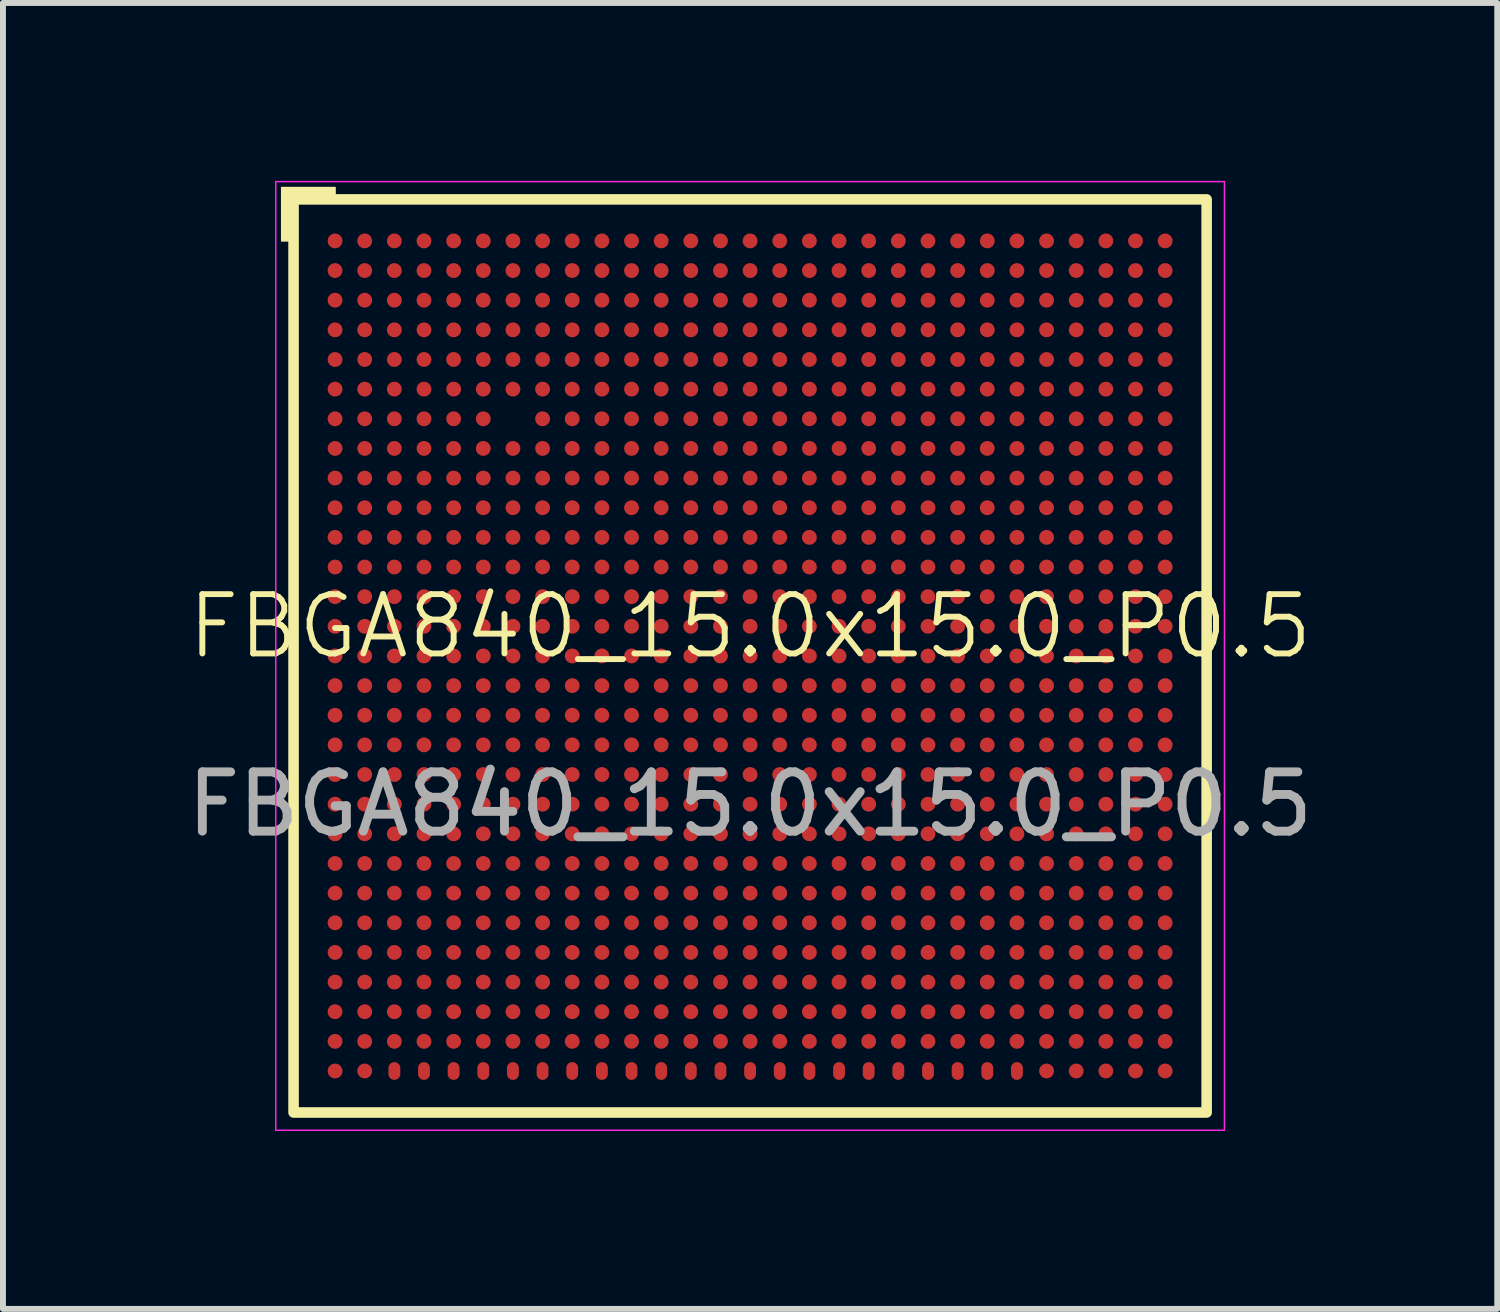
<source format=kicad_pcb>
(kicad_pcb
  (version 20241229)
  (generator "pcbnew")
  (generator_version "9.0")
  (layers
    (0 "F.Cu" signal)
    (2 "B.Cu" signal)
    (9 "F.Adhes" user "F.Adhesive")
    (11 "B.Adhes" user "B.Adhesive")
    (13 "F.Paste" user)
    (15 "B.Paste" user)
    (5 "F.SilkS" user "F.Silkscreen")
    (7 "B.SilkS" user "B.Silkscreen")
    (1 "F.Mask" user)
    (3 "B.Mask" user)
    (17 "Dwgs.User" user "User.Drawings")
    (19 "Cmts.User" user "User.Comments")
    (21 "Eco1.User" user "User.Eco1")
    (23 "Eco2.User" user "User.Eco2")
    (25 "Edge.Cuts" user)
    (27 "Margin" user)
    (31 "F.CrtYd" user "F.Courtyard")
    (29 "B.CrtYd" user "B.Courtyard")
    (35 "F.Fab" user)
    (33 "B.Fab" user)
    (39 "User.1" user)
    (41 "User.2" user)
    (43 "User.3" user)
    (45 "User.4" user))
  (footprint "FBGA840_15.0x15.0_P0.5"
    (layer "F.Cu")
    (at 9.601 8.013)
    (property "Reference" "FBGA840_15.0x15.0_P0.5" (at 0 -0.5 0) (unlocked yes) (layer "F.SilkS") (effects (font (size 1 1) (thickness 0.1))))
    (attr smd)
    (fp_rect (start -7.7 -7.7) (end 7.7 7.7) (stroke (width 0.178) (type solid)) (fill no) (layer "F.SilkS"))
    (fp_poly (pts (xy -7.7 -7) (xy -7.9 -7) (xy -7.9 -7.9) (xy -7 -7.9) (xy -7 -7.7) (xy -7.7 -7.7)) (stroke (width 0.025) (type solid)) (fill yes) (layer "F.SilkS"))
    (fp_rect (start -7.5 -7.5) (end 7.5 7.5) (stroke (width 0.025) (type solid)) (fill no) (layer "F.Paste"))
    (fp_rect (start -8 -8) (end 8 8) (stroke (width 0.025) (type solid)) (fill no) (layer "F.CrtYd"))
    (fp_text user "${REFERENCE}" (at 0 2.5 0) (unlocked yes) (layer "F.Fab") (effects (font (size 1 1) (thickness 0.15))))
    (pad "A1" smd circle (at -7 -7) (size 0.25 0.25) (layers "F.Cu" "F.Mask" "F.Paste"))
    (pad "A2" smd circle (at -6.5 -7) (size 0.25 0.25) (layers "F.Cu" "F.Mask" "F.Paste"))
    (pad "A3" smd circle (at -6 -7) (size 0.25 0.25) (layers "F.Cu" "F.Mask" "F.Paste"))
    (pad "A4" smd circle (at -5.5 -7) (size 0.25 0.25) (layers "F.Cu" "F.Mask" "F.Paste"))
    (pad "A5" smd circle (at -5 -7) (size 0.25 0.25) (layers "F.Cu" "F.Mask" "F.Paste"))
    (pad "A6" smd circle (at -4.5 -7) (size 0.25 0.25) (layers "F.Cu" "F.Mask" "F.Paste"))
    (pad "A7" smd circle (at -4 -7) (size 0.25 0.25) (layers "F.Cu" "F.Mask" "F.Paste"))
    (pad "A8" smd circle (at -3.5 -7) (size 0.25 0.25) (layers "F.Cu" "F.Mask" "F.Paste"))
    (pad "A9" smd circle (at -3 -7) (size 0.25 0.25) (layers "F.Cu" "F.Mask" "F.Paste"))
    (pad "A10" smd circle (at -2.5 -7) (size 0.25 0.25) (layers "F.Cu" "F.Mask" "F.Paste"))
    (pad "A11" smd circle (at -2 -7) (size 0.25 0.25) (layers "F.Cu" "F.Mask" "F.Paste"))
    (pad "A12" smd circle (at -1.5 -7) (size 0.25 0.25) (layers "F.Cu" "F.Mask" "F.Paste"))
    (pad "A13" smd circle (at -1 -7) (size 0.25 0.25) (layers "F.Cu" "F.Mask" "F.Paste"))
    (pad "A14" smd circle (at -0.5 -7) (size 0.25 0.25) (layers "F.Cu" "F.Mask" "F.Paste"))
    (pad "A15" smd circle (at 0 -7) (size 0.25 0.25) (layers "F.Cu" "F.Mask" "F.Paste"))
    (pad "A16" smd circle (at 0.5 -7) (size 0.25 0.25) (layers "F.Cu" "F.Mask" "F.Paste"))
    (pad "A17" smd circle (at 1 -7) (size 0.25 0.25) (layers "F.Cu" "F.Mask" "F.Paste"))
    (pad "A18" smd circle (at 1.5 -7) (size 0.25 0.25) (layers "F.Cu" "F.Mask" "F.Paste"))
    (pad "A19" smd circle (at 2 -7) (size 0.25 0.25) (layers "F.Cu" "F.Mask" "F.Paste"))
    (pad "A20" smd circle (at 2.5 -7) (size 0.25 0.25) (layers "F.Cu" "F.Mask" "F.Paste"))
    (pad "A21" smd circle (at 3 -7) (size 0.25 0.25) (layers "F.Cu" "F.Mask" "F.Paste"))
    (pad "A22" smd circle (at 3.5 -7) (size 0.25 0.25) (layers "F.Cu" "F.Mask" "F.Paste"))
    (pad "A23" smd circle (at 4 -7) (size 0.25 0.25) (layers "F.Cu" "F.Mask" "F.Paste"))
    (pad "A24" smd circle (at 4.5 -7) (size 0.25 0.25) (layers "F.Cu" "F.Mask" "F.Paste"))
    (pad "A25" smd circle (at 5 -7) (size 0.25 0.25) (layers "F.Cu" "F.Mask" "F.Paste"))
    (pad "A26" smd circle (at 5.5 -7) (size 0.25 0.25) (layers "F.Cu" "F.Mask" "F.Paste"))
    (pad "A27" smd circle (at 6 -7) (size 0.25 0.25) (layers "F.Cu" "F.Mask" "F.Paste"))
    (pad "A28" smd circle (at 6.5 -7) (size 0.25 0.25) (layers "F.Cu" "F.Mask" "F.Paste"))
    (pad "A29" smd circle (at 7 -7) (size 0.25 0.25) (layers "F.Cu" "F.Mask" "F.Paste"))
    (pad "AA1" smd circle (at -7 3) (size 0.25 0.25) (layers "F.Cu" "F.Mask" "F.Paste"))
    (pad "AA2" smd circle (at -6.5 3) (size 0.25 0.25) (layers "F.Cu" "F.Mask" "F.Paste"))
    (pad "AA3" smd circle (at -6 3) (size 0.25 0.25) (layers "F.Cu" "F.Mask" "F.Paste"))
    (pad "AA4" smd circle (at -5.5 3) (size 0.25 0.25) (layers "F.Cu" "F.Mask" "F.Paste"))
    (pad "AA5" smd circle (at -5 3) (size 0.25 0.25) (layers "F.Cu" "F.Mask" "F.Paste"))
    (pad "AA6" smd circle (at -4.5 3) (size 0.25 0.25) (layers "F.Cu" "F.Mask" "F.Paste"))
    (pad "AA7" smd circle (at -4 3) (size 0.25 0.25) (layers "F.Cu" "F.Mask" "F.Paste"))
    (pad "AA8" smd circle (at -3.5 3) (size 0.25 0.25) (layers "F.Cu" "F.Mask" "F.Paste"))
    (pad "AA9" smd circle (at -3 3) (size 0.25 0.25) (layers "F.Cu" "F.Mask" "F.Paste"))
    (pad "AA10" smd circle (at -2.5 3) (size 0.25 0.25) (layers "F.Cu" "F.Mask" "F.Paste"))
    (pad "AA11" smd circle (at -2 3) (size 0.25 0.25) (layers "F.Cu" "F.Mask" "F.Paste"))
    (pad "AA12" smd circle (at -1.5 3) (size 0.25 0.25) (layers "F.Cu" "F.Mask" "F.Paste"))
    (pad "AA13" smd circle (at -1 3) (size 0.25 0.25) (layers "F.Cu" "F.Mask" "F.Paste"))
    (pad "AA14" smd circle (at -0.5 3) (size 0.25 0.25) (layers "F.Cu" "F.Mask" "F.Paste"))
    (pad "AA15" smd circle (at 0 3) (size 0.25 0.25) (layers "F.Cu" "F.Mask" "F.Paste"))
    (pad "AA16" smd circle (at 0.5 3) (size 0.25 0.25) (layers "F.Cu" "F.Mask" "F.Paste"))
    (pad "AA17" smd circle (at 1 3) (size 0.25 0.25) (layers "F.Cu" "F.Mask" "F.Paste"))
    (pad "AA18" smd circle (at 1.5 3) (size 0.25 0.25) (layers "F.Cu" "F.Mask" "F.Paste"))
    (pad "AA19" smd circle (at 2 3) (size 0.25 0.25) (layers "F.Cu" "F.Mask" "F.Paste"))
    (pad "AA20" smd circle (at 2.5 3) (size 0.25 0.25) (layers "F.Cu" "F.Mask" "F.Paste"))
    (pad "AA21" smd circle (at 3 3) (size 0.25 0.25) (layers "F.Cu" "F.Mask" "F.Paste"))
    (pad "AA22" smd circle (at 3.5 3) (size 0.25 0.25) (layers "F.Cu" "F.Mask" "F.Paste"))
    (pad "AA23" smd circle (at 4 3) (size 0.25 0.25) (layers "F.Cu" "F.Mask" "F.Paste"))
    (pad "AA24" smd circle (at 4.5 3) (size 0.25 0.25) (layers "F.Cu" "F.Mask" "F.Paste"))
    (pad "AA25" smd circle (at 5 3) (size 0.25 0.25) (layers "F.Cu" "F.Mask" "F.Paste"))
    (pad "AA26" smd circle (at 5.5 3) (size 0.25 0.25) (layers "F.Cu" "F.Mask" "F.Paste"))
    (pad "AA27" smd circle (at 6 3) (size 0.25 0.25) (layers "F.Cu" "F.Mask" "F.Paste"))
    (pad "AA28" smd circle (at 6.5 3) (size 0.25 0.25) (layers "F.Cu" "F.Mask" "F.Paste"))
    (pad "AA29" smd circle (at 7 3) (size 0.25 0.25) (layers "F.Cu" "F.Mask" "F.Paste"))
    (pad "AB1" smd circle (at -7 3.5) (size 0.25 0.25) (layers "F.Cu" "F.Mask" "F.Paste"))
    (pad "AB2" smd circle (at -6.5 3.5) (size 0.25 0.25) (layers "F.Cu" "F.Mask" "F.Paste"))
    (pad "AB3" smd circle (at -6 3.5) (size 0.25 0.25) (layers "F.Cu" "F.Mask" "F.Paste"))
    (pad "AB4" smd circle (at -5.5 3.5) (size 0.25 0.25) (layers "F.Cu" "F.Mask" "F.Paste"))
    (pad "AB5" smd circle (at -5 3.5) (size 0.25 0.25) (layers "F.Cu" "F.Mask" "F.Paste"))
    (pad "AB6" smd circle (at -4.5 3.5) (size 0.25 0.25) (layers "F.Cu" "F.Mask" "F.Paste"))
    (pad "AB7" smd circle (at -4 3.5) (size 0.25 0.25) (layers "F.Cu" "F.Mask" "F.Paste"))
    (pad "AB8" smd circle (at -3.5 3.5) (size 0.25 0.25) (layers "F.Cu" "F.Mask" "F.Paste"))
    (pad "AB9" smd circle (at -3 3.5) (size 0.25 0.25) (layers "F.Cu" "F.Mask" "F.Paste"))
    (pad "AB10" smd circle (at -2.5 3.5) (size 0.25 0.25) (layers "F.Cu" "F.Mask" "F.Paste"))
    (pad "AB11" smd circle (at -2 3.5) (size 0.25 0.25) (layers "F.Cu" "F.Mask" "F.Paste"))
    (pad "AB12" smd circle (at -1.5 3.5) (size 0.25 0.25) (layers "F.Cu" "F.Mask" "F.Paste"))
    (pad "AB13" smd circle (at -1 3.5) (size 0.25 0.25) (layers "F.Cu" "F.Mask" "F.Paste"))
    (pad "AB14" smd circle (at -0.5 3.5) (size 0.25 0.25) (layers "F.Cu" "F.Mask" "F.Paste"))
    (pad "AB15" smd circle (at 0 3.5) (size 0.25 0.25) (layers "F.Cu" "F.Mask" "F.Paste"))
    (pad "AB16" smd circle (at 0.5 3.5) (size 0.25 0.25) (layers "F.Cu" "F.Mask" "F.Paste"))
    (pad "AB17" smd circle (at 1 3.5) (size 0.25 0.25) (layers "F.Cu" "F.Mask" "F.Paste"))
    (pad "AB18" smd circle (at 1.5 3.5) (size 0.25 0.25) (layers "F.Cu" "F.Mask" "F.Paste"))
    (pad "AB19" smd circle (at 2 3.5) (size 0.25 0.25) (layers "F.Cu" "F.Mask" "F.Paste"))
    (pad "AB20" smd circle (at 2.5 3.5) (size 0.25 0.25) (layers "F.Cu" "F.Mask" "F.Paste"))
    (pad "AB21" smd circle (at 3 3.5) (size 0.25 0.25) (layers "F.Cu" "F.Mask" "F.Paste"))
    (pad "AB22" smd circle (at 3.5 3.5) (size 0.25 0.25) (layers "F.Cu" "F.Mask" "F.Paste"))
    (pad "AB23" smd circle (at 4 3.5) (size 0.25 0.25) (layers "F.Cu" "F.Mask" "F.Paste"))
    (pad "AB24" smd circle (at 4.5 3.5) (size 0.25 0.25) (layers "F.Cu" "F.Mask" "F.Paste"))
    (pad "AB25" smd circle (at 5 3.5) (size 0.25 0.25) (layers "F.Cu" "F.Mask" "F.Paste"))
    (pad "AB26" smd circle (at 5.5 3.5) (size 0.25 0.25) (layers "F.Cu" "F.Mask" "F.Paste"))
    (pad "AB27" smd circle (at 6 3.5) (size 0.25 0.25) (layers "F.Cu" "F.Mask" "F.Paste"))
    (pad "AB28" smd circle (at 6.5 3.5) (size 0.25 0.25) (layers "F.Cu" "F.Mask" "F.Paste"))
    (pad "AB29" smd circle (at 7 3.5) (size 0.25 0.25) (layers "F.Cu" "F.Mask" "F.Paste"))
    (pad "AC1" smd circle (at -7 4) (size 0.25 0.25) (layers "F.Cu" "F.Mask" "F.Paste"))
    (pad "AC2" smd circle (at -6.5 4) (size 0.25 0.25) (layers "F.Cu" "F.Mask" "F.Paste"))
    (pad "AC3" smd circle (at -6 4) (size 0.25 0.25) (layers "F.Cu" "F.Mask" "F.Paste"))
    (pad "AC4" smd circle (at -5.5 4) (size 0.25 0.25) (layers "F.Cu" "F.Mask" "F.Paste"))
    (pad "AC5" smd circle (at -5 4) (size 0.25 0.25) (layers "F.Cu" "F.Mask" "F.Paste"))
    (pad "AC6" smd circle (at -4.5 4) (size 0.25 0.25) (layers "F.Cu" "F.Mask" "F.Paste"))
    (pad "AC7" smd circle (at -4 4) (size 0.25 0.25) (layers "F.Cu" "F.Mask" "F.Paste"))
    (pad "AC8" smd circle (at -3.5 4) (size 0.25 0.25) (layers "F.Cu" "F.Mask" "F.Paste"))
    (pad "AC9" smd circle (at -3 4) (size 0.25 0.25) (layers "F.Cu" "F.Mask" "F.Paste"))
    (pad "AC10" smd circle (at -2.5 4) (size 0.25 0.25) (layers "F.Cu" "F.Mask" "F.Paste"))
    (pad "AC11" smd circle (at -2 4) (size 0.25 0.25) (layers "F.Cu" "F.Mask" "F.Paste"))
    (pad "AC12" smd circle (at -1.5 4) (size 0.25 0.25) (layers "F.Cu" "F.Mask" "F.Paste"))
    (pad "AC13" smd circle (at -1 4) (size 0.25 0.25) (layers "F.Cu" "F.Mask" "F.Paste"))
    (pad "AC14" smd circle (at -0.5 4) (size 0.25 0.25) (layers "F.Cu" "F.Mask" "F.Paste"))
    (pad "AC15" smd circle (at 0 4) (size 0.25 0.25) (layers "F.Cu" "F.Mask" "F.Paste"))
    (pad "AC16" smd circle (at 0.5 4) (size 0.25 0.25) (layers "F.Cu" "F.Mask" "F.Paste"))
    (pad "AC17" smd circle (at 1 4) (size 0.25 0.25) (layers "F.Cu" "F.Mask" "F.Paste"))
    (pad "AC18" smd circle (at 1.5 4) (size 0.25 0.25) (layers "F.Cu" "F.Mask" "F.Paste"))
    (pad "AC19" smd circle (at 2 4) (size 0.25 0.25) (layers "F.Cu" "F.Mask" "F.Paste"))
    (pad "AC20" smd circle (at 2.5 4) (size 0.25 0.25) (layers "F.Cu" "F.Mask" "F.Paste"))
    (pad "AC21" smd circle (at 3 4) (size 0.25 0.25) (layers "F.Cu" "F.Mask" "F.Paste"))
    (pad "AC22" smd circle (at 3.5 4) (size 0.25 0.25) (layers "F.Cu" "F.Mask" "F.Paste"))
    (pad "AC23" smd circle (at 4 4) (size 0.25 0.25) (layers "F.Cu" "F.Mask" "F.Paste"))
    (pad "AC24" smd circle (at 4.5 4) (size 0.25 0.25) (layers "F.Cu" "F.Mask" "F.Paste"))
    (pad "AC25" smd circle (at 5 4) (size 0.25 0.25) (layers "F.Cu" "F.Mask" "F.Paste"))
    (pad "AC26" smd circle (at 5.5 4) (size 0.25 0.25) (layers "F.Cu" "F.Mask" "F.Paste"))
    (pad "AC27" smd circle (at 6 4) (size 0.25 0.25) (layers "F.Cu" "F.Mask" "F.Paste"))
    (pad "AC28" smd circle (at 6.5 4) (size 0.25 0.25) (layers "F.Cu" "F.Mask" "F.Paste"))
    (pad "AC29" smd circle (at 7 4) (size 0.25 0.25) (layers "F.Cu" "F.Mask" "F.Paste"))
    (pad "AD1" smd circle (at -7 4.5) (size 0.25 0.25) (layers "F.Cu" "F.Mask" "F.Paste"))
    (pad "AD2" smd circle (at -6.5 4.5) (size 0.25 0.25) (layers "F.Cu" "F.Mask" "F.Paste"))
    (pad "AD3" smd circle (at -6 4.5) (size 0.25 0.25) (layers "F.Cu" "F.Mask" "F.Paste"))
    (pad "AD4" smd circle (at -5.5 4.5) (size 0.25 0.25) (layers "F.Cu" "F.Mask" "F.Paste"))
    (pad "AD5" smd circle (at -5 4.5) (size 0.25 0.25) (layers "F.Cu" "F.Mask" "F.Paste"))
    (pad "AD6" smd circle (at -4.5 4.5) (size 0.25 0.25) (layers "F.Cu" "F.Mask" "F.Paste"))
    (pad "AD7" smd circle (at -4 4.5) (size 0.25 0.25) (layers "F.Cu" "F.Mask" "F.Paste"))
    (pad "AD8" smd circle (at -3.5 4.5) (size 0.25 0.25) (layers "F.Cu" "F.Mask" "F.Paste"))
    (pad "AD9" smd circle (at -3 4.5) (size 0.25 0.25) (layers "F.Cu" "F.Mask" "F.Paste"))
    (pad "AD10" smd circle (at -2.5 4.5) (size 0.25 0.25) (layers "F.Cu" "F.Mask" "F.Paste"))
    (pad "AD11" smd circle (at -2 4.5) (size 0.25 0.25) (layers "F.Cu" "F.Mask" "F.Paste"))
    (pad "AD12" smd circle (at -1.5 4.5) (size 0.25 0.25) (layers "F.Cu" "F.Mask" "F.Paste"))
    (pad "AD13" smd circle (at -1 4.5) (size 0.25 0.25) (layers "F.Cu" "F.Mask" "F.Paste"))
    (pad "AD14" smd circle (at -0.5 4.5) (size 0.25 0.25) (layers "F.Cu" "F.Mask" "F.Paste"))
    (pad "AD15" smd circle (at 0 4.5) (size 0.25 0.25) (layers "F.Cu" "F.Mask" "F.Paste"))
    (pad "AD16" smd circle (at 0.5 4.5) (size 0.25 0.25) (layers "F.Cu" "F.Mask" "F.Paste"))
    (pad "AD17" smd circle (at 1 4.5) (size 0.25 0.25) (layers "F.Cu" "F.Mask" "F.Paste"))
    (pad "AD18" smd circle (at 1.5 4.5) (size 0.25 0.25) (layers "F.Cu" "F.Mask" "F.Paste"))
    (pad "AD19" smd circle (at 2 4.5) (size 0.25 0.25) (layers "F.Cu" "F.Mask" "F.Paste"))
    (pad "AD20" smd circle (at 2.5 4.5) (size 0.25 0.25) (layers "F.Cu" "F.Mask" "F.Paste"))
    (pad "AD21" smd circle (at 3 4.5) (size 0.25 0.25) (layers "F.Cu" "F.Mask" "F.Paste"))
    (pad "AD22" smd circle (at 3.5 4.5) (size 0.25 0.25) (layers "F.Cu" "F.Mask" "F.Paste"))
    (pad "AD23" smd circle (at 4 4.5) (size 0.25 0.25) (layers "F.Cu" "F.Mask" "F.Paste"))
    (pad "AD24" smd circle (at 4.5 4.5) (size 0.25 0.25) (layers "F.Cu" "F.Mask" "F.Paste"))
    (pad "AD25" smd circle (at 5 4.5) (size 0.25 0.25) (layers "F.Cu" "F.Mask" "F.Paste"))
    (pad "AD26" smd circle (at 5.5 4.5) (size 0.25 0.25) (layers "F.Cu" "F.Mask" "F.Paste"))
    (pad "AD27" smd circle (at 6 4.5) (size 0.25 0.25) (layers "F.Cu" "F.Mask" "F.Paste"))
    (pad "AD28" smd circle (at 6.5 4.5) (size 0.25 0.25) (layers "F.Cu" "F.Mask" "F.Paste"))
    (pad "AD29" smd circle (at 7 4.5) (size 0.25 0.25) (layers "F.Cu" "F.Mask" "F.Paste"))
    (pad "AE1" smd circle (at -7 5) (size 0.25 0.25) (layers "F.Cu" "F.Mask" "F.Paste"))
    (pad "AE2" smd circle (at -6.5 5) (size 0.25 0.25) (layers "F.Cu" "F.Mask" "F.Paste"))
    (pad "AE3" smd circle (at -6 5) (size 0.25 0.25) (layers "F.Cu" "F.Mask" "F.Paste"))
    (pad "AE4" smd circle (at -5.5 5) (size 0.25 0.25) (layers "F.Cu" "F.Mask" "F.Paste"))
    (pad "AE5" smd circle (at -5 5) (size 0.25 0.25) (layers "F.Cu" "F.Mask" "F.Paste"))
    (pad "AE6" smd circle (at -4.5 5) (size 0.25 0.25) (layers "F.Cu" "F.Mask" "F.Paste"))
    (pad "AE7" smd circle (at -4 5) (size 0.25 0.25) (layers "F.Cu" "F.Mask" "F.Paste"))
    (pad "AE8" smd circle (at -3.5 5) (size 0.25 0.25) (layers "F.Cu" "F.Mask" "F.Paste"))
    (pad "AE9" smd circle (at -3 5) (size 0.25 0.25) (layers "F.Cu" "F.Mask" "F.Paste"))
    (pad "AE10" smd circle (at -2.5 5) (size 0.25 0.25) (layers "F.Cu" "F.Mask" "F.Paste"))
    (pad "AE11" smd circle (at -2 5) (size 0.25 0.25) (layers "F.Cu" "F.Mask" "F.Paste"))
    (pad "AE12" smd circle (at -1.5 5) (size 0.25 0.25) (layers "F.Cu" "F.Mask" "F.Paste"))
    (pad "AE13" smd circle (at -1 5) (size 0.25 0.25) (layers "F.Cu" "F.Mask" "F.Paste"))
    (pad "AE14" smd circle (at -0.5 5) (size 0.25 0.25) (layers "F.Cu" "F.Mask" "F.Paste"))
    (pad "AE15" smd circle (at 0 5) (size 0.25 0.25) (layers "F.Cu" "F.Mask" "F.Paste"))
    (pad "AE16" smd circle (at 0.5 5) (size 0.25 0.25) (layers "F.Cu" "F.Mask" "F.Paste"))
    (pad "AE17" smd circle (at 1 5) (size 0.25 0.25) (layers "F.Cu" "F.Mask" "F.Paste"))
    (pad "AE18" smd circle (at 1.5 5) (size 0.25 0.25) (layers "F.Cu" "F.Mask" "F.Paste"))
    (pad "AE19" smd circle (at 2 5) (size 0.25 0.25) (layers "F.Cu" "F.Mask" "F.Paste"))
    (pad "AE20" smd circle (at 2.5 5) (size 0.25 0.25) (layers "F.Cu" "F.Mask" "F.Paste"))
    (pad "AE21" smd circle (at 3 5) (size 0.25 0.25) (layers "F.Cu" "F.Mask" "F.Paste"))
    (pad "AE22" smd circle (at 3.5 5) (size 0.25 0.25) (layers "F.Cu" "F.Mask" "F.Paste"))
    (pad "AE23" smd circle (at 4 5) (size 0.25 0.25) (layers "F.Cu" "F.Mask" "F.Paste"))
    (pad "AE24" smd circle (at 4.5 5) (size 0.25 0.25) (layers "F.Cu" "F.Mask" "F.Paste"))
    (pad "AE25" smd circle (at 5 5) (size 0.25 0.25) (layers "F.Cu" "F.Mask" "F.Paste"))
    (pad "AE26" smd circle (at 5.5 5) (size 0.25 0.25) (layers "F.Cu" "F.Mask" "F.Paste"))
    (pad "AE27" smd circle (at 6 5) (size 0.25 0.25) (layers "F.Cu" "F.Mask" "F.Paste"))
    (pad "AE28" smd circle (at 6.5 5) (size 0.25 0.25) (layers "F.Cu" "F.Mask" "F.Paste"))
    (pad "AE29" smd circle (at 7 5) (size 0.25 0.25) (layers "F.Cu" "F.Mask" "F.Paste"))
    (pad "AF1" smd circle (at -7 5.5) (size 0.25 0.25) (layers "F.Cu" "F.Mask" "F.Paste"))
    (pad "AF2" smd circle (at -6.5 5.5) (size 0.25 0.25) (layers "F.Cu" "F.Mask" "F.Paste"))
    (pad "AF3" smd circle (at -6 5.5) (size 0.25 0.25) (layers "F.Cu" "F.Mask" "F.Paste"))
    (pad "AF4" smd circle (at -5.5 5.5) (size 0.25 0.25) (layers "F.Cu" "F.Mask" "F.Paste"))
    (pad "AF5" smd circle (at -5 5.5) (size 0.25 0.25) (layers "F.Cu" "F.Mask" "F.Paste"))
    (pad "AF6" smd circle (at -4.5 5.5) (size 0.25 0.25) (layers "F.Cu" "F.Mask" "F.Paste"))
    (pad "AF7" smd circle (at -4 5.5) (size 0.25 0.25) (layers "F.Cu" "F.Mask" "F.Paste"))
    (pad "AF8" smd circle (at -3.5 5.5) (size 0.25 0.25) (layers "F.Cu" "F.Mask" "F.Paste"))
    (pad "AF9" smd circle (at -3 5.5) (size 0.25 0.25) (layers "F.Cu" "F.Mask" "F.Paste"))
    (pad "AF10" smd circle (at -2.5 5.5) (size 0.25 0.25) (layers "F.Cu" "F.Mask" "F.Paste"))
    (pad "AF11" smd circle (at -2 5.5) (size 0.25 0.25) (layers "F.Cu" "F.Mask" "F.Paste"))
    (pad "AF12" smd circle (at -1.5 5.5) (size 0.25 0.25) (layers "F.Cu" "F.Mask" "F.Paste"))
    (pad "AF13" smd circle (at -1 5.5) (size 0.25 0.25) (layers "F.Cu" "F.Mask" "F.Paste"))
    (pad "AF14" smd circle (at -0.5 5.5) (size 0.25 0.25) (layers "F.Cu" "F.Mask" "F.Paste"))
    (pad "AF15" smd circle (at 0 5.5) (size 0.25 0.25) (layers "F.Cu" "F.Mask" "F.Paste"))
    (pad "AF16" smd circle (at 0.5 5.5) (size 0.25 0.25) (layers "F.Cu" "F.Mask" "F.Paste"))
    (pad "AF17" smd circle (at 1 5.5) (size 0.25 0.25) (layers "F.Cu" "F.Mask" "F.Paste"))
    (pad "AF18" smd circle (at 1.5 5.5) (size 0.25 0.25) (layers "F.Cu" "F.Mask" "F.Paste"))
    (pad "AF19" smd circle (at 2 5.5) (size 0.25 0.25) (layers "F.Cu" "F.Mask" "F.Paste"))
    (pad "AF20" smd circle (at 2.5 5.5) (size 0.25 0.25) (layers "F.Cu" "F.Mask" "F.Paste"))
    (pad "AF21" smd circle (at 3 5.5) (size 0.25 0.25) (layers "F.Cu" "F.Mask" "F.Paste"))
    (pad "AF22" smd circle (at 3.5 5.5) (size 0.25 0.25) (layers "F.Cu" "F.Mask" "F.Paste"))
    (pad "AF23" smd circle (at 4 5.5) (size 0.25 0.25) (layers "F.Cu" "F.Mask" "F.Paste"))
    (pad "AF24" smd circle (at 4.5 5.5) (size 0.25 0.25) (layers "F.Cu" "F.Mask" "F.Paste"))
    (pad "AF25" smd circle (at 5 5.5) (size 0.25 0.25) (layers "F.Cu" "F.Mask" "F.Paste"))
    (pad "AF26" smd circle (at 5.5 5.5) (size 0.25 0.25) (layers "F.Cu" "F.Mask" "F.Paste"))
    (pad "AF27" smd circle (at 6 5.5) (size 0.25 0.25) (layers "F.Cu" "F.Mask" "F.Paste"))
    (pad "AF28" smd circle (at 6.5 5.5) (size 0.25 0.25) (layers "F.Cu" "F.Mask" "F.Paste"))
    (pad "AF29" smd circle (at 7 5.5) (size 0.25 0.25) (layers "F.Cu" "F.Mask" "F.Paste"))
    (pad "AG1" smd circle (at -7 6) (size 0.25 0.25) (layers "F.Cu" "F.Mask" "F.Paste"))
    (pad "AG2" smd circle (at -6.5 6) (size 0.25 0.25) (layers "F.Cu" "F.Mask" "F.Paste"))
    (pad "AG3" smd circle (at -6 6) (size 0.25 0.25) (layers "F.Cu" "F.Mask" "F.Paste"))
    (pad "AG4" smd circle (at -5.5 6) (size 0.25 0.25) (layers "F.Cu" "F.Mask" "F.Paste"))
    (pad "AG5" smd circle (at -5 6) (size 0.25 0.25) (layers "F.Cu" "F.Mask" "F.Paste"))
    (pad "AG6" smd circle (at -4.5 6) (size 0.25 0.25) (layers "F.Cu" "F.Mask" "F.Paste"))
    (pad "AG7" smd circle (at -4 6) (size 0.25 0.25) (layers "F.Cu" "F.Mask" "F.Paste"))
    (pad "AG8" smd circle (at -3.5 6) (size 0.25 0.25) (layers "F.Cu" "F.Mask" "F.Paste"))
    (pad "AG9" smd circle (at -3 6) (size 0.25 0.25) (layers "F.Cu" "F.Mask" "F.Paste"))
    (pad "AG10" smd circle (at -2.5 6) (size 0.25 0.25) (layers "F.Cu" "F.Mask" "F.Paste"))
    (pad "AG11" smd circle (at -2 6) (size 0.25 0.25) (layers "F.Cu" "F.Mask" "F.Paste"))
    (pad "AG12" smd circle (at -1.5 6) (size 0.25 0.25) (layers "F.Cu" "F.Mask" "F.Paste"))
    (pad "AG13" smd circle (at -1 6) (size 0.25 0.25) (layers "F.Cu" "F.Mask" "F.Paste"))
    (pad "AG14" smd circle (at -0.5 6) (size 0.25 0.25) (layers "F.Cu" "F.Mask" "F.Paste"))
    (pad "AG15" smd circle (at 0 6) (size 0.25 0.25) (layers "F.Cu" "F.Mask" "F.Paste"))
    (pad "AG16" smd circle (at 0.5 6) (size 0.25 0.25) (layers "F.Cu" "F.Mask" "F.Paste"))
    (pad "AG17" smd circle (at 1 6) (size 0.25 0.25) (layers "F.Cu" "F.Mask" "F.Paste"))
    (pad "AG18" smd circle (at 1.5 6) (size 0.25 0.25) (layers "F.Cu" "F.Mask" "F.Paste"))
    (pad "AG19" smd circle (at 2 6) (size 0.25 0.25) (layers "F.Cu" "F.Mask" "F.Paste"))
    (pad "AG20" smd circle (at 2.5 6) (size 0.25 0.25) (layers "F.Cu" "F.Mask" "F.Paste"))
    (pad "AG21" smd circle (at 3 6) (size 0.25 0.25) (layers "F.Cu" "F.Mask" "F.Paste"))
    (pad "AG22" smd circle (at 3.5 6) (size 0.25 0.25) (layers "F.Cu" "F.Mask" "F.Paste"))
    (pad "AG23" smd circle (at 4 6) (size 0.25 0.25) (layers "F.Cu" "F.Mask" "F.Paste"))
    (pad "AG24" smd circle (at 4.5 6) (size 0.25 0.25) (layers "F.Cu" "F.Mask" "F.Paste"))
    (pad "AG25" smd circle (at 5 6) (size 0.25 0.25) (layers "F.Cu" "F.Mask" "F.Paste"))
    (pad "AG26" smd circle (at 5.5 6) (size 0.25 0.25) (layers "F.Cu" "F.Mask" "F.Paste"))
    (pad "AG27" smd circle (at 6 6) (size 0.25 0.25) (layers "F.Cu" "F.Mask" "F.Paste"))
    (pad "AG28" smd circle (at 6.5 6) (size 0.25 0.25) (layers "F.Cu" "F.Mask" "F.Paste"))
    (pad "AG29" smd circle (at 7 6) (size 0.25 0.25) (layers "F.Cu" "F.Mask" "F.Paste"))
    (pad "AH1" smd circle (at -7 6.5) (size 0.25 0.25) (layers "F.Cu" "F.Mask" "F.Paste"))
    (pad "AH2" smd circle (at -6.5 6.5) (size 0.25 0.25) (layers "F.Cu" "F.Mask" "F.Paste"))
    (pad "AH3" smd circle (at -6 6.5) (size 0.25 0.25) (layers "F.Cu" "F.Mask" "F.Paste"))
    (pad "AH4" smd circle (at -5.5 6.5) (size 0.25 0.25) (layers "F.Cu" "F.Mask" "F.Paste"))
    (pad "AH5" smd circle (at -5 6.5) (size 0.25 0.25) (layers "F.Cu" "F.Mask" "F.Paste"))
    (pad "AH6" smd circle (at -4.5 6.5) (size 0.25 0.25) (layers "F.Cu" "F.Mask" "F.Paste"))
    (pad "AH7" smd circle (at -4 6.5) (size 0.25 0.25) (layers "F.Cu" "F.Mask" "F.Paste"))
    (pad "AH8" smd circle (at -3.5 6.5) (size 0.25 0.25) (layers "F.Cu" "F.Mask" "F.Paste"))
    (pad "AH9" smd circle (at -3 6.5) (size 0.25 0.25) (layers "F.Cu" "F.Mask" "F.Paste"))
    (pad "AH10" smd circle (at -2.5 6.5) (size 0.25 0.25) (layers "F.Cu" "F.Mask" "F.Paste"))
    (pad "AH11" smd circle (at -2 6.5) (size 0.25 0.25) (layers "F.Cu" "F.Mask" "F.Paste"))
    (pad "AH12" smd circle (at -1.5 6.5) (size 0.25 0.25) (layers "F.Cu" "F.Mask" "F.Paste"))
    (pad "AH13" smd circle (at -1 6.5) (size 0.25 0.25) (layers "F.Cu" "F.Mask" "F.Paste"))
    (pad "AH14" smd circle (at -0.5 6.5) (size 0.25 0.25) (layers "F.Cu" "F.Mask" "F.Paste"))
    (pad "AH15" smd circle (at 0 6.5) (size 0.25 0.25) (layers "F.Cu" "F.Mask" "F.Paste"))
    (pad "AH16" smd circle (at 0.5 6.5) (size 0.25 0.25) (layers "F.Cu" "F.Mask" "F.Paste"))
    (pad "AH17" smd circle (at 1 6.5) (size 0.25 0.25) (layers "F.Cu" "F.Mask" "F.Paste"))
    (pad "AH18" smd circle (at 1.5 6.5) (size 0.25 0.25) (layers "F.Cu" "F.Mask" "F.Paste"))
    (pad "AH19" smd circle (at 2 6.5) (size 0.25 0.25) (layers "F.Cu" "F.Mask" "F.Paste"))
    (pad "AH20" smd circle (at 2.5 6.5) (size 0.25 0.25) (layers "F.Cu" "F.Mask" "F.Paste"))
    (pad "AH21" smd circle (at 3 6.5) (size 0.25 0.25) (layers "F.Cu" "F.Mask" "F.Paste"))
    (pad "AH22" smd circle (at 3.5 6.5) (size 0.25 0.25) (layers "F.Cu" "F.Mask" "F.Paste"))
    (pad "AH23" smd circle (at 4 6.5) (size 0.25 0.25) (layers "F.Cu" "F.Mask" "F.Paste"))
    (pad "AH24" smd circle (at 4.5 6.5) (size 0.25 0.25) (layers "F.Cu" "F.Mask" "F.Paste"))
    (pad "AH25" smd circle (at 5 6.5) (size 0.25 0.25) (layers "F.Cu" "F.Mask" "F.Paste"))
    (pad "AH26" smd circle (at 5.5 6.5) (size 0.25 0.25) (layers "F.Cu" "F.Mask" "F.Paste"))
    (pad "AH27" smd circle (at 6 6.5) (size 0.25 0.25) (layers "F.Cu" "F.Mask" "F.Paste"))
    (pad "AH28" smd circle (at 6.5 6.5) (size 0.25 0.25) (layers "F.Cu" "F.Mask" "F.Paste"))
    (pad "AH29" smd circle (at 7 6.5) (size 0.25 0.25) (layers "F.Cu" "F.Mask" "F.Paste"))
    (pad "AJ1" smd circle (at -7 7) (size 0.25 0.25) (layers "F.Cu" "F.Mask" "F.Paste"))
    (pad "AJ2" smd circle (at -6.5 7) (size 0.25 0.25) (layers "F.Cu" "F.Mask" "F.Paste"))
    (pad "AJ3" smd oval (at -6 7) (size 0.2 0.3) (layers "F.Cu" "F.Mask" "F.Paste"))
    (pad "AJ4" smd oval (at -5.5 7) (size 0.2 0.3) (layers "F.Cu" "F.Mask" "F.Paste"))
    (pad "AJ5" smd oval (at -5 7) (size 0.2 0.3) (layers "F.Cu" "F.Mask" "F.Paste"))
    (pad "AJ6" smd oval (at -4.5 7) (size 0.2 0.3) (layers "F.Cu" "F.Mask" "F.Paste"))
    (pad "AJ7" smd oval (at -4 7) (size 0.2 0.3) (layers "F.Cu" "F.Mask" "F.Paste"))
    (pad "AJ8" smd oval (at -3.5 7) (size 0.2 0.3) (layers "F.Cu" "F.Mask" "F.Paste"))
    (pad "AJ9" smd oval (at -3 7) (size 0.2 0.3) (layers "F.Cu" "F.Mask" "F.Paste"))
    (pad "AJ10" smd oval (at -2.5 7) (size 0.2 0.3) (layers "F.Cu" "F.Mask" "F.Paste"))
    (pad "AJ11" smd oval (at -2 7) (size 0.2 0.3) (layers "F.Cu" "F.Mask" "F.Paste"))
    (pad "AJ12" smd oval (at -1.5 7) (size 0.2 0.3) (layers "F.Cu" "F.Mask" "F.Paste"))
    (pad "AJ13" smd oval (at -1 7) (size 0.2 0.3) (layers "F.Cu" "F.Mask" "F.Paste"))
    (pad "AJ14" smd oval (at -0.5 7) (size 0.2 0.3) (layers "F.Cu" "F.Mask" "F.Paste"))
    (pad "AJ15" smd oval (at 0 7) (size 0.2 0.3) (layers "F.Cu" "F.Mask" "F.Paste"))
    (pad "AJ16" smd oval (at 0.5 7) (size 0.2 0.3) (layers "F.Cu" "F.Mask" "F.Paste"))
    (pad "AJ17" smd oval (at 1 7) (size 0.2 0.3) (layers "F.Cu" "F.Mask" "F.Paste"))
    (pad "AJ18" smd oval (at 1.5 7) (size 0.2 0.3) (layers "F.Cu" "F.Mask" "F.Paste"))
    (pad "AJ19" smd oval (at 2 7) (size 0.2 0.3) (layers "F.Cu" "F.Mask" "F.Paste"))
    (pad "AJ20" smd oval (at 2.5 7) (size 0.2 0.3) (layers "F.Cu" "F.Mask" "F.Paste"))
    (pad "AJ21" smd oval (at 3 7) (size 0.2 0.3) (layers "F.Cu" "F.Mask" "F.Paste"))
    (pad "AJ22" smd oval (at 3.5 7) (size 0.2 0.3) (layers "F.Cu" "F.Mask" "F.Paste"))
    (pad "AJ23" smd oval (at 4 7) (size 0.2 0.3) (layers "F.Cu" "F.Mask" "F.Paste"))
    (pad "AJ24" smd oval (at 4.5 7) (size 0.2 0.3) (layers "F.Cu" "F.Mask" "F.Paste"))
    (pad "AJ25" smd circle (at 5 7) (size 0.25 0.25) (layers "F.Cu" "F.Mask" "F.Paste"))
    (pad "AJ26" smd circle (at 5.5 7) (size 0.25 0.25) (layers "F.Cu" "F.Mask" "F.Paste"))
    (pad "AJ27" smd circle (at 6 7) (size 0.25 0.25) (layers "F.Cu" "F.Mask" "F.Paste"))
    (pad "AJ28" smd circle (at 6.5 7) (size 0.25 0.25) (layers "F.Cu" "F.Mask" "F.Paste"))
    (pad "AJ29" smd circle (at 7 7) (size 0.25 0.25) (layers "F.Cu" "F.Mask" "F.Paste"))
    (pad "B1" smd circle (at -7 -6.5) (size 0.25 0.25) (layers "F.Cu" "F.Mask" "F.Paste"))
    (pad "B2" smd circle (at -6.5 -6.5) (size 0.25 0.25) (layers "F.Cu" "F.Mask" "F.Paste"))
    (pad "B3" smd circle (at -6 -6.5) (size 0.25 0.25) (layers "F.Cu" "F.Mask" "F.Paste"))
    (pad "B4" smd circle (at -5.5 -6.5) (size 0.25 0.25) (layers "F.Cu" "F.Mask" "F.Paste"))
    (pad "B5" smd circle (at -5 -6.5) (size 0.25 0.25) (layers "F.Cu" "F.Mask" "F.Paste"))
    (pad "B6" smd circle (at -4.5 -6.5) (size 0.25 0.25) (layers "F.Cu" "F.Mask" "F.Paste"))
    (pad "B7" smd circle (at -4 -6.5) (size 0.25 0.25) (layers "F.Cu" "F.Mask" "F.Paste"))
    (pad "B8" smd circle (at -3.5 -6.5) (size 0.25 0.25) (layers "F.Cu" "F.Mask" "F.Paste"))
    (pad "B9" smd circle (at -3 -6.5) (size 0.25 0.25) (layers "F.Cu" "F.Mask" "F.Paste"))
    (pad "B10" smd circle (at -2.5 -6.5) (size 0.25 0.25) (layers "F.Cu" "F.Mask" "F.Paste"))
    (pad "B11" smd circle (at -2 -6.5) (size 0.25 0.25) (layers "F.Cu" "F.Mask" "F.Paste"))
    (pad "B12" smd circle (at -1.5 -6.5) (size 0.25 0.25) (layers "F.Cu" "F.Mask" "F.Paste"))
    (pad "B13" smd circle (at -1 -6.5) (size 0.25 0.25) (layers "F.Cu" "F.Mask" "F.Paste"))
    (pad "B14" smd circle (at -0.5 -6.5) (size 0.25 0.25) (layers "F.Cu" "F.Mask" "F.Paste"))
    (pad "B15" smd circle (at 0 -6.5) (size 0.25 0.25) (layers "F.Cu" "F.Mask" "F.Paste"))
    (pad "B16" smd circle (at 0.5 -6.5) (size 0.25 0.25) (layers "F.Cu" "F.Mask" "F.Paste"))
    (pad "B17" smd circle (at 1 -6.5) (size 0.25 0.25) (layers "F.Cu" "F.Mask" "F.Paste"))
    (pad "B18" smd circle (at 1.5 -6.5) (size 0.25 0.25) (layers "F.Cu" "F.Mask" "F.Paste"))
    (pad "B19" smd circle (at 2 -6.5) (size 0.25 0.25) (layers "F.Cu" "F.Mask" "F.Paste"))
    (pad "B20" smd circle (at 2.5 -6.5) (size 0.25 0.25) (layers "F.Cu" "F.Mask" "F.Paste"))
    (pad "B21" smd circle (at 3 -6.5) (size 0.25 0.25) (layers "F.Cu" "F.Mask" "F.Paste"))
    (pad "B22" smd circle (at 3.5 -6.5) (size 0.25 0.25) (layers "F.Cu" "F.Mask" "F.Paste"))
    (pad "B23" smd circle (at 4 -6.5) (size 0.25 0.25) (layers "F.Cu" "F.Mask" "F.Paste"))
    (pad "B24" smd circle (at 4.5 -6.5) (size 0.25 0.25) (layers "F.Cu" "F.Mask" "F.Paste"))
    (pad "B25" smd circle (at 5 -6.5) (size 0.25 0.25) (layers "F.Cu" "F.Mask" "F.Paste"))
    (pad "B26" smd circle (at 5.5 -6.5) (size 0.25 0.25) (layers "F.Cu" "F.Mask" "F.Paste"))
    (pad "B27" smd circle (at 6 -6.5) (size 0.25 0.25) (layers "F.Cu" "F.Mask" "F.Paste"))
    (pad "B28" smd circle (at 6.5 -6.5) (size 0.25 0.25) (layers "F.Cu" "F.Mask" "F.Paste"))
    (pad "B29" smd circle (at 7 -6.5) (size 0.25 0.25) (layers "F.Cu" "F.Mask" "F.Paste"))
    (pad "C1" smd circle (at -7 -6) (size 0.25 0.25) (layers "F.Cu" "F.Mask" "F.Paste"))
    (pad "C2" smd circle (at -6.5 -6) (size 0.25 0.25) (layers "F.Cu" "F.Mask" "F.Paste"))
    (pad "C3" smd circle (at -6 -6) (size 0.25 0.25) (layers "F.Cu" "F.Mask" "F.Paste"))
    (pad "C4" smd circle (at -5.5 -6) (size 0.25 0.25) (layers "F.Cu" "F.Mask" "F.Paste"))
    (pad "C5" smd circle (at -5 -6) (size 0.25 0.25) (layers "F.Cu" "F.Mask" "F.Paste"))
    (pad "C6" smd circle (at -4.5 -6) (size 0.25 0.25) (layers "F.Cu" "F.Mask" "F.Paste"))
    (pad "C7" smd circle (at -4 -6) (size 0.25 0.25) (layers "F.Cu" "F.Mask" "F.Paste"))
    (pad "C8" smd circle (at -3.5 -6) (size 0.25 0.25) (layers "F.Cu" "F.Mask" "F.Paste"))
    (pad "C9" smd circle (at -3 -6) (size 0.25 0.25) (layers "F.Cu" "F.Mask" "F.Paste"))
    (pad "C10" smd circle (at -2.5 -6) (size 0.25 0.25) (layers "F.Cu" "F.Mask" "F.Paste"))
    (pad "C11" smd circle (at -2 -6) (size 0.25 0.25) (layers "F.Cu" "F.Mask" "F.Paste"))
    (pad "C12" smd circle (at -1.5 -6) (size 0.25 0.25) (layers "F.Cu" "F.Mask" "F.Paste"))
    (pad "C13" smd circle (at -1 -6) (size 0.25 0.25) (layers "F.Cu" "F.Mask" "F.Paste"))
    (pad "C14" smd circle (at -0.5 -6) (size 0.25 0.25) (layers "F.Cu" "F.Mask" "F.Paste"))
    (pad "C15" smd circle (at 0 -6) (size 0.25 0.25) (layers "F.Cu" "F.Mask" "F.Paste"))
    (pad "C16" smd circle (at 0.5 -6) (size 0.25 0.25) (layers "F.Cu" "F.Mask" "F.Paste"))
    (pad "C17" smd circle (at 1 -6) (size 0.25 0.25) (layers "F.Cu" "F.Mask" "F.Paste"))
    (pad "C18" smd circle (at 1.5 -6) (size 0.25 0.25) (layers "F.Cu" "F.Mask" "F.Paste"))
    (pad "C19" smd circle (at 2 -6) (size 0.25 0.25) (layers "F.Cu" "F.Mask" "F.Paste"))
    (pad "C20" smd circle (at 2.5 -6) (size 0.25 0.25) (layers "F.Cu" "F.Mask" "F.Paste"))
    (pad "C21" smd circle (at 3 -6) (size 0.25 0.25) (layers "F.Cu" "F.Mask" "F.Paste"))
    (pad "C22" smd circle (at 3.5 -6) (size 0.25 0.25) (layers "F.Cu" "F.Mask" "F.Paste"))
    (pad "C23" smd circle (at 4 -6) (size 0.25 0.25) (layers "F.Cu" "F.Mask" "F.Paste"))
    (pad "C24" smd circle (at 4.5 -6) (size 0.25 0.25) (layers "F.Cu" "F.Mask" "F.Paste"))
    (pad "C25" smd circle (at 5 -6) (size 0.25 0.25) (layers "F.Cu" "F.Mask" "F.Paste"))
    (pad "C26" smd circle (at 5.5 -6) (size 0.25 0.25) (layers "F.Cu" "F.Mask" "F.Paste"))
    (pad "C27" smd circle (at 6 -6) (size 0.25 0.25) (layers "F.Cu" "F.Mask" "F.Paste"))
    (pad "C28" smd circle (at 6.5 -6) (size 0.25 0.25) (layers "F.Cu" "F.Mask" "F.Paste"))
    (pad "C29" smd circle (at 7 -6) (size 0.25 0.25) (layers "F.Cu" "F.Mask" "F.Paste"))
    (pad "D1" smd circle (at -7 -5.5) (size 0.25 0.25) (layers "F.Cu" "F.Mask" "F.Paste"))
    (pad "D2" smd circle (at -6.5 -5.5) (size 0.25 0.25) (layers "F.Cu" "F.Mask" "F.Paste"))
    (pad "D3" smd circle (at -6 -5.5) (size 0.25 0.25) (layers "F.Cu" "F.Mask" "F.Paste"))
    (pad "D4" smd circle (at -5.5 -5.5) (size 0.25 0.25) (layers "F.Cu" "F.Mask" "F.Paste"))
    (pad "D5" smd circle (at -5 -5.5) (size 0.25 0.25) (layers "F.Cu" "F.Mask" "F.Paste"))
    (pad "D6" smd circle (at -4.5 -5.5) (size 0.25 0.25) (layers "F.Cu" "F.Mask" "F.Paste"))
    (pad "D7" smd circle (at -4 -5.5) (size 0.25 0.25) (layers "F.Cu" "F.Mask" "F.Paste"))
    (pad "D8" smd circle (at -3.5 -5.5) (size 0.25 0.25) (layers "F.Cu" "F.Mask" "F.Paste"))
    (pad "D9" smd circle (at -3 -5.5) (size 0.25 0.25) (layers "F.Cu" "F.Mask" "F.Paste"))
    (pad "D10" smd circle (at -2.5 -5.5) (size 0.25 0.25) (layers "F.Cu" "F.Mask" "F.Paste"))
    (pad "D11" smd circle (at -2 -5.5) (size 0.25 0.25) (layers "F.Cu" "F.Mask" "F.Paste"))
    (pad "D12" smd circle (at -1.5 -5.5) (size 0.25 0.25) (layers "F.Cu" "F.Mask" "F.Paste"))
    (pad "D13" smd circle (at -1 -5.5) (size 0.25 0.25) (layers "F.Cu" "F.Mask" "F.Paste"))
    (pad "D14" smd circle (at -0.5 -5.5) (size 0.25 0.25) (layers "F.Cu" "F.Mask" "F.Paste"))
    (pad "D15" smd circle (at 0 -5.5) (size 0.25 0.25) (layers "F.Cu" "F.Mask" "F.Paste"))
    (pad "D16" smd circle (at 0.5 -5.5) (size 0.25 0.25) (layers "F.Cu" "F.Mask" "F.Paste"))
    (pad "D17" smd circle (at 1 -5.5) (size 0.25 0.25) (layers "F.Cu" "F.Mask" "F.Paste"))
    (pad "D18" smd circle (at 1.5 -5.5) (size 0.25 0.25) (layers "F.Cu" "F.Mask" "F.Paste"))
    (pad "D19" smd circle (at 2 -5.5) (size 0.25 0.25) (layers "F.Cu" "F.Mask" "F.Paste"))
    (pad "D20" smd circle (at 2.5 -5.5) (size 0.25 0.25) (layers "F.Cu" "F.Mask" "F.Paste"))
    (pad "D21" smd circle (at 3 -5.5) (size 0.25 0.25) (layers "F.Cu" "F.Mask" "F.Paste"))
    (pad "D22" smd circle (at 3.5 -5.5) (size 0.25 0.25) (layers "F.Cu" "F.Mask" "F.Paste"))
    (pad "D23" smd circle (at 4 -5.5) (size 0.25 0.25) (layers "F.Cu" "F.Mask" "F.Paste"))
    (pad "D24" smd circle (at 4.5 -5.5) (size 0.25 0.25) (layers "F.Cu" "F.Mask" "F.Paste"))
    (pad "D25" smd circle (at 5 -5.5) (size 0.25 0.25) (layers "F.Cu" "F.Mask" "F.Paste"))
    (pad "D26" smd circle (at 5.5 -5.5) (size 0.25 0.25) (layers "F.Cu" "F.Mask" "F.Paste"))
    (pad "D27" smd circle (at 6 -5.5) (size 0.25 0.25) (layers "F.Cu" "F.Mask" "F.Paste"))
    (pad "D28" smd circle (at 6.5 -5.5) (size 0.25 0.25) (layers "F.Cu" "F.Mask" "F.Paste"))
    (pad "D29" smd circle (at 7 -5.5) (size 0.25 0.25) (layers "F.Cu" "F.Mask" "F.Paste"))
    (pad "E1" smd circle (at -7 -5) (size 0.25 0.25) (layers "F.Cu" "F.Mask" "F.Paste"))
    (pad "E2" smd circle (at -6.5 -5) (size 0.25 0.25) (layers "F.Cu" "F.Mask" "F.Paste"))
    (pad "E3" smd circle (at -6 -5) (size 0.25 0.25) (layers "F.Cu" "F.Mask" "F.Paste"))
    (pad "E4" smd circle (at -5.5 -5) (size 0.25 0.25) (layers "F.Cu" "F.Mask" "F.Paste"))
    (pad "E5" smd circle (at -5 -5) (size 0.25 0.25) (layers "F.Cu" "F.Mask" "F.Paste"))
    (pad "E6" smd circle (at -4.5 -5) (size 0.25 0.25) (layers "F.Cu" "F.Mask" "F.Paste"))
    (pad "E7" smd circle (at -4 -5) (size 0.25 0.25) (layers "F.Cu" "F.Mask" "F.Paste"))
    (pad "E8" smd circle (at -3.5 -5) (size 0.25 0.25) (layers "F.Cu" "F.Mask" "F.Paste"))
    (pad "E9" smd circle (at -3 -5) (size 0.25 0.25) (layers "F.Cu" "F.Mask" "F.Paste"))
    (pad "E10" smd circle (at -2.5 -5) (size 0.25 0.25) (layers "F.Cu" "F.Mask" "F.Paste"))
    (pad "E11" smd circle (at -2 -5) (size 0.25 0.25) (layers "F.Cu" "F.Mask" "F.Paste"))
    (pad "E12" smd circle (at -1.5 -5) (size 0.25 0.25) (layers "F.Cu" "F.Mask" "F.Paste"))
    (pad "E13" smd circle (at -1 -5) (size 0.25 0.25) (layers "F.Cu" "F.Mask" "F.Paste"))
    (pad "E14" smd circle (at -0.5 -5) (size 0.25 0.25) (layers "F.Cu" "F.Mask" "F.Paste"))
    (pad "E15" smd circle (at 0 -5) (size 0.25 0.25) (layers "F.Cu" "F.Mask" "F.Paste"))
    (pad "E16" smd circle (at 0.5 -5) (size 0.25 0.25) (layers "F.Cu" "F.Mask" "F.Paste"))
    (pad "E17" smd circle (at 1 -5) (size 0.25 0.25) (layers "F.Cu" "F.Mask" "F.Paste"))
    (pad "E18" smd circle (at 1.5 -5) (size 0.25 0.25) (layers "F.Cu" "F.Mask" "F.Paste"))
    (pad "E19" smd circle (at 2 -5) (size 0.25 0.25) (layers "F.Cu" "F.Mask" "F.Paste"))
    (pad "E20" smd circle (at 2.5 -5) (size 0.25 0.25) (layers "F.Cu" "F.Mask" "F.Paste"))
    (pad "E21" smd circle (at 3 -5) (size 0.25 0.25) (layers "F.Cu" "F.Mask" "F.Paste"))
    (pad "E22" smd circle (at 3.5 -5) (size 0.25 0.25) (layers "F.Cu" "F.Mask" "F.Paste"))
    (pad "E23" smd circle (at 4 -5) (size 0.25 0.25) (layers "F.Cu" "F.Mask" "F.Paste"))
    (pad "E24" smd circle (at 4.5 -5) (size 0.25 0.25) (layers "F.Cu" "F.Mask" "F.Paste"))
    (pad "E25" smd circle (at 5 -5) (size 0.25 0.25) (layers "F.Cu" "F.Mask" "F.Paste"))
    (pad "E26" smd circle (at 5.5 -5) (size 0.25 0.25) (layers "F.Cu" "F.Mask" "F.Paste"))
    (pad "E27" smd circle (at 6 -5) (size 0.25 0.25) (layers "F.Cu" "F.Mask" "F.Paste"))
    (pad "E28" smd circle (at 6.5 -5) (size 0.25 0.25) (layers "F.Cu" "F.Mask" "F.Paste"))
    (pad "E29" smd circle (at 7 -5) (size 0.25 0.25) (layers "F.Cu" "F.Mask" "F.Paste"))
    (pad "F1" smd circle (at -7 -4.5) (size 0.25 0.25) (layers "F.Cu" "F.Mask" "F.Paste"))
    (pad "F2" smd circle (at -6.5 -4.5) (size 0.25 0.25) (layers "F.Cu" "F.Mask" "F.Paste"))
    (pad "F3" smd circle (at -6 -4.5) (size 0.25 0.25) (layers "F.Cu" "F.Mask" "F.Paste"))
    (pad "F4" smd circle (at -5.5 -4.5) (size 0.25 0.25) (layers "F.Cu" "F.Mask" "F.Paste"))
    (pad "F5" smd circle (at -5 -4.5) (size 0.25 0.25) (layers "F.Cu" "F.Mask" "F.Paste"))
    (pad "F6" smd circle (at -4.5 -4.5) (size 0.25 0.25) (layers "F.Cu" "F.Mask" "F.Paste"))
    (pad "F7" smd circle (at -4 -4.5) (size 0.25 0.25) (layers "F.Cu" "F.Mask" "F.Paste"))
    (pad "F8" smd circle (at -3.5 -4.5) (size 0.25 0.25) (layers "F.Cu" "F.Mask" "F.Paste"))
    (pad "F9" smd circle (at -3 -4.5) (size 0.25 0.25) (layers "F.Cu" "F.Mask" "F.Paste"))
    (pad "F10" smd circle (at -2.5 -4.5) (size 0.25 0.25) (layers "F.Cu" "F.Mask" "F.Paste"))
    (pad "F11" smd circle (at -2 -4.5) (size 0.25 0.25) (layers "F.Cu" "F.Mask" "F.Paste"))
    (pad "F12" smd circle (at -1.5 -4.5) (size 0.25 0.25) (layers "F.Cu" "F.Mask" "F.Paste"))
    (pad "F13" smd circle (at -1 -4.5) (size 0.25 0.25) (layers "F.Cu" "F.Mask" "F.Paste"))
    (pad "F14" smd circle (at -0.5 -4.5) (size 0.25 0.25) (layers "F.Cu" "F.Mask" "F.Paste"))
    (pad "F15" smd circle (at 0 -4.5) (size 0.25 0.25) (layers "F.Cu" "F.Mask" "F.Paste"))
    (pad "F16" smd circle (at 0.5 -4.5) (size 0.25 0.25) (layers "F.Cu" "F.Mask" "F.Paste"))
    (pad "F17" smd circle (at 1 -4.5) (size 0.25 0.25) (layers "F.Cu" "F.Mask" "F.Paste"))
    (pad "F18" smd circle (at 1.5 -4.5) (size 0.25 0.25) (layers "F.Cu" "F.Mask" "F.Paste"))
    (pad "F19" smd circle (at 2 -4.5) (size 0.25 0.25) (layers "F.Cu" "F.Mask" "F.Paste"))
    (pad "F20" smd circle (at 2.5 -4.5) (size 0.25 0.25) (layers "F.Cu" "F.Mask" "F.Paste"))
    (pad "F21" smd circle (at 3 -4.5) (size 0.25 0.25) (layers "F.Cu" "F.Mask" "F.Paste"))
    (pad "F22" smd circle (at 3.5 -4.5) (size 0.25 0.25) (layers "F.Cu" "F.Mask" "F.Paste"))
    (pad "F23" smd circle (at 4 -4.5) (size 0.25 0.25) (layers "F.Cu" "F.Mask" "F.Paste"))
    (pad "F24" smd circle (at 4.5 -4.5) (size 0.25 0.25) (layers "F.Cu" "F.Mask" "F.Paste"))
    (pad "F25" smd circle (at 5 -4.5) (size 0.25 0.25) (layers "F.Cu" "F.Mask" "F.Paste"))
    (pad "F26" smd circle (at 5.5 -4.5) (size 0.25 0.25) (layers "F.Cu" "F.Mask" "F.Paste"))
    (pad "F27" smd circle (at 6 -4.5) (size 0.25 0.25) (layers "F.Cu" "F.Mask" "F.Paste"))
    (pad "F28" smd circle (at 6.5 -4.5) (size 0.25 0.25) (layers "F.Cu" "F.Mask" "F.Paste"))
    (pad "F29" smd circle (at 7 -4.5) (size 0.25 0.25) (layers "F.Cu" "F.Mask" "F.Paste"))
    (pad "G1" smd circle (at -7 -4) (size 0.25 0.25) (layers "F.Cu" "F.Mask" "F.Paste"))
    (pad "G2" smd circle (at -6.5 -4) (size 0.25 0.25) (layers "F.Cu" "F.Mask" "F.Paste"))
    (pad "G3" smd circle (at -6 -4) (size 0.25 0.25) (layers "F.Cu" "F.Mask" "F.Paste"))
    (pad "G4" smd circle (at -5.5 -4) (size 0.25 0.25) (layers "F.Cu" "F.Mask" "F.Paste"))
    (pad "G5" smd circle (at -5 -4) (size 0.25 0.25) (layers "F.Cu" "F.Mask" "F.Paste"))
    (pad "G6" smd circle (at -4.5 -4) (size 0.25 0.25) (layers "F.Cu" "F.Mask" "F.Paste"))
    (pad "G8" smd circle (at -3.5 -4) (size 0.25 0.25) (layers "F.Cu" "F.Mask" "F.Paste"))
    (pad "G9" smd circle (at -3 -4) (size 0.25 0.25) (layers "F.Cu" "F.Mask" "F.Paste"))
    (pad "G10" smd circle (at -2.5 -4) (size 0.25 0.25) (layers "F.Cu" "F.Mask" "F.Paste"))
    (pad "G11" smd circle (at -2 -4) (size 0.25 0.25) (layers "F.Cu" "F.Mask" "F.Paste"))
    (pad "G12" smd circle (at -1.5 -4) (size 0.25 0.25) (layers "F.Cu" "F.Mask" "F.Paste"))
    (pad "G13" smd circle (at -1 -4) (size 0.25 0.25) (layers "F.Cu" "F.Mask" "F.Paste"))
    (pad "G14" smd circle (at -0.5 -4) (size 0.25 0.25) (layers "F.Cu" "F.Mask" "F.Paste"))
    (pad "G15" smd circle (at 0 -4) (size 0.25 0.25) (layers "F.Cu" "F.Mask" "F.Paste"))
    (pad "G16" smd circle (at 0.5 -4) (size 0.25 0.25) (layers "F.Cu" "F.Mask" "F.Paste"))
    (pad "G17" smd circle (at 1 -4) (size 0.25 0.25) (layers "F.Cu" "F.Mask" "F.Paste"))
    (pad "G18" smd circle (at 1.5 -4) (size 0.25 0.25) (layers "F.Cu" "F.Mask" "F.Paste"))
    (pad "G19" smd circle (at 2 -4) (size 0.25 0.25) (layers "F.Cu" "F.Mask" "F.Paste"))
    (pad "G20" smd circle (at 2.5 -4) (size 0.25 0.25) (layers "F.Cu" "F.Mask" "F.Paste"))
    (pad "G21" smd circle (at 3 -4) (size 0.25 0.25) (layers "F.Cu" "F.Mask" "F.Paste"))
    (pad "G22" smd circle (at 3.5 -4) (size 0.25 0.25) (layers "F.Cu" "F.Mask" "F.Paste"))
    (pad "G23" smd circle (at 4 -4) (size 0.25 0.25) (layers "F.Cu" "F.Mask" "F.Paste"))
    (pad "G24" smd circle (at 4.5 -4) (size 0.25 0.25) (layers "F.Cu" "F.Mask" "F.Paste"))
    (pad "G25" smd circle (at 5 -4) (size 0.25 0.25) (layers "F.Cu" "F.Mask" "F.Paste"))
    (pad "G26" smd circle (at 5.5 -4) (size 0.25 0.25) (layers "F.Cu" "F.Mask" "F.Paste"))
    (pad "G27" smd circle (at 6 -4) (size 0.25 0.25) (layers "F.Cu" "F.Mask" "F.Paste"))
    (pad "G28" smd circle (at 6.5 -4) (size 0.25 0.25) (layers "F.Cu" "F.Mask" "F.Paste"))
    (pad "G29" smd circle (at 7 -4) (size 0.25 0.25) (layers "F.Cu" "F.Mask" "F.Paste"))
    (pad "H1" smd circle (at -7 -3.5) (size 0.25 0.25) (layers "F.Cu" "F.Mask" "F.Paste"))
    (pad "H2" smd circle (at -6.5 -3.5) (size 0.25 0.25) (layers "F.Cu" "F.Mask" "F.Paste"))
    (pad "H3" smd circle (at -6 -3.5) (size 0.25 0.25) (layers "F.Cu" "F.Mask" "F.Paste"))
    (pad "H4" smd circle (at -5.5 -3.5) (size 0.25 0.25) (layers "F.Cu" "F.Mask" "F.Paste"))
    (pad "H5" smd circle (at -5 -3.5) (size 0.25 0.25) (layers "F.Cu" "F.Mask" "F.Paste"))
    (pad "H6" smd circle (at -4.5 -3.5) (size 0.25 0.25) (layers "F.Cu" "F.Mask" "F.Paste"))
    (pad "H7" smd circle (at -4 -3.5) (size 0.25 0.25) (layers "F.Cu" "F.Mask" "F.Paste"))
    (pad "H8" smd circle (at -3.5 -3.5) (size 0.25 0.25) (layers "F.Cu" "F.Mask" "F.Paste"))
    (pad "H9" smd circle (at -3 -3.5) (size 0.25 0.25) (layers "F.Cu" "F.Mask" "F.Paste"))
    (pad "H10" smd circle (at -2.5 -3.5) (size 0.25 0.25) (layers "F.Cu" "F.Mask" "F.Paste"))
    (pad "H11" smd circle (at -2 -3.5) (size 0.25 0.25) (layers "F.Cu" "F.Mask" "F.Paste"))
    (pad "H12" smd circle (at -1.5 -3.5) (size 0.25 0.25) (layers "F.Cu" "F.Mask" "F.Paste"))
    (pad "H13" smd circle (at -1 -3.5) (size 0.25 0.25) (layers "F.Cu" "F.Mask" "F.Paste"))
    (pad "H14" smd circle (at -0.5 -3.5) (size 0.25 0.25) (layers "F.Cu" "F.Mask" "F.Paste"))
    (pad "H15" smd circle (at 0 -3.5) (size 0.25 0.25) (layers "F.Cu" "F.Mask" "F.Paste"))
    (pad "H16" smd circle (at 0.5 -3.5) (size 0.25 0.25) (layers "F.Cu" "F.Mask" "F.Paste"))
    (pad "H17" smd circle (at 1 -3.5) (size 0.25 0.25) (layers "F.Cu" "F.Mask" "F.Paste"))
    (pad "H18" smd circle (at 1.5 -3.5) (size 0.25 0.25) (layers "F.Cu" "F.Mask" "F.Paste"))
    (pad "H19" smd circle (at 2 -3.5) (size 0.25 0.25) (layers "F.Cu" "F.Mask" "F.Paste"))
    (pad "H20" smd circle (at 2.5 -3.5) (size 0.25 0.25) (layers "F.Cu" "F.Mask" "F.Paste"))
    (pad "H21" smd circle (at 3 -3.5) (size 0.25 0.25) (layers "F.Cu" "F.Mask" "F.Paste"))
    (pad "H22" smd circle (at 3.5 -3.5) (size 0.25 0.25) (layers "F.Cu" "F.Mask" "F.Paste"))
    (pad "H23" smd circle (at 4 -3.5) (size 0.25 0.25) (layers "F.Cu" "F.Mask" "F.Paste"))
    (pad "H24" smd circle (at 4.5 -3.5) (size 0.25 0.25) (layers "F.Cu" "F.Mask" "F.Paste"))
    (pad "H25" smd circle (at 5 -3.5) (size 0.25 0.25) (layers "F.Cu" "F.Mask" "F.Paste"))
    (pad "H26" smd circle (at 5.5 -3.5) (size 0.25 0.25) (layers "F.Cu" "F.Mask" "F.Paste"))
    (pad "H27" smd circle (at 6 -3.5) (size 0.25 0.25) (layers "F.Cu" "F.Mask" "F.Paste"))
    (pad "H28" smd circle (at 6.5 -3.5) (size 0.25 0.25) (layers "F.Cu" "F.Mask" "F.Paste"))
    (pad "H29" smd circle (at 7 -3.5) (size 0.25 0.25) (layers "F.Cu" "F.Mask" "F.Paste"))
    (pad "J1" smd circle (at -7 -3) (size 0.25 0.25) (layers "F.Cu" "F.Mask" "F.Paste"))
    (pad "J2" smd circle (at -6.5 -3) (size 0.25 0.25) (layers "F.Cu" "F.Mask" "F.Paste"))
    (pad "J3" smd circle (at -6 -3) (size 0.25 0.25) (layers "F.Cu" "F.Mask" "F.Paste"))
    (pad "J4" smd circle (at -5.5 -3) (size 0.25 0.25) (layers "F.Cu" "F.Mask" "F.Paste"))
    (pad "J5" smd circle (at -5 -3) (size 0.25 0.25) (layers "F.Cu" "F.Mask" "F.Paste"))
    (pad "J6" smd circle (at -4.5 -3) (size 0.25 0.25) (layers "F.Cu" "F.Mask" "F.Paste"))
    (pad "J7" smd circle (at -4 -3) (size 0.25 0.25) (layers "F.Cu" "F.Mask" "F.Paste"))
    (pad "J8" smd circle (at -3.5 -3) (size 0.25 0.25) (layers "F.Cu" "F.Mask" "F.Paste"))
    (pad "J9" smd circle (at -3 -3) (size 0.25 0.25) (layers "F.Cu" "F.Mask" "F.Paste"))
    (pad "J10" smd circle (at -2.5 -3) (size 0.25 0.25) (layers "F.Cu" "F.Mask" "F.Paste"))
    (pad "J11" smd circle (at -2 -3) (size 0.25 0.25) (layers "F.Cu" "F.Mask" "F.Paste"))
    (pad "J12" smd circle (at -1.5 -3) (size 0.25 0.25) (layers "F.Cu" "F.Mask" "F.Paste"))
    (pad "J13" smd circle (at -1 -3) (size 0.25 0.25) (layers "F.Cu" "F.Mask" "F.Paste"))
    (pad "J14" smd circle (at -0.5 -3) (size 0.25 0.25) (layers "F.Cu" "F.Mask" "F.Paste"))
    (pad "J15" smd circle (at 0 -3) (size 0.25 0.25) (layers "F.Cu" "F.Mask" "F.Paste"))
    (pad "J16" smd circle (at 0.5 -3) (size 0.25 0.25) (layers "F.Cu" "F.Mask" "F.Paste"))
    (pad "J17" smd circle (at 1 -3) (size 0.25 0.25) (layers "F.Cu" "F.Mask" "F.Paste"))
    (pad "J18" smd circle (at 1.5 -3) (size 0.25 0.25) (layers "F.Cu" "F.Mask" "F.Paste"))
    (pad "J19" smd circle (at 2 -3) (size 0.25 0.25) (layers "F.Cu" "F.Mask" "F.Paste"))
    (pad "J20" smd circle (at 2.5 -3) (size 0.25 0.25) (layers "F.Cu" "F.Mask" "F.Paste"))
    (pad "J21" smd circle (at 3 -3) (size 0.25 0.25) (layers "F.Cu" "F.Mask" "F.Paste"))
    (pad "J22" smd circle (at 3.5 -3) (size 0.25 0.25) (layers "F.Cu" "F.Mask" "F.Paste"))
    (pad "J23" smd circle (at 4 -3) (size 0.25 0.25) (layers "F.Cu" "F.Mask" "F.Paste"))
    (pad "J24" smd circle (at 4.5 -3) (size 0.25 0.25) (layers "F.Cu" "F.Mask" "F.Paste"))
    (pad "J25" smd circle (at 5 -3) (size 0.25 0.25) (layers "F.Cu" "F.Mask" "F.Paste"))
    (pad "J26" smd circle (at 5.5 -3) (size 0.25 0.25) (layers "F.Cu" "F.Mask" "F.Paste"))
    (pad "J27" smd circle (at 6 -3) (size 0.25 0.25) (layers "F.Cu" "F.Mask" "F.Paste"))
    (pad "J28" smd circle (at 6.5 -3) (size 0.25 0.25) (layers "F.Cu" "F.Mask" "F.Paste"))
    (pad "J29" smd circle (at 7 -3) (size 0.25 0.25) (layers "F.Cu" "F.Mask" "F.Paste"))
    (pad "K1" smd circle (at -7 -2.5) (size 0.25 0.25) (layers "F.Cu" "F.Mask" "F.Paste"))
    (pad "K2" smd circle (at -6.5 -2.5) (size 0.25 0.25) (layers "F.Cu" "F.Mask" "F.Paste"))
    (pad "K3" smd circle (at -6 -2.5) (size 0.25 0.25) (layers "F.Cu" "F.Mask" "F.Paste"))
    (pad "K4" smd circle (at -5.5 -2.5) (size 0.25 0.25) (layers "F.Cu" "F.Mask" "F.Paste"))
    (pad "K5" smd circle (at -5 -2.5) (size 0.25 0.25) (layers "F.Cu" "F.Mask" "F.Paste"))
    (pad "K6" smd circle (at -4.5 -2.5) (size 0.25 0.25) (layers "F.Cu" "F.Mask" "F.Paste"))
    (pad "K7" smd circle (at -4 -2.5) (size 0.25 0.25) (layers "F.Cu" "F.Mask" "F.Paste"))
    (pad "K8" smd circle (at -3.5 -2.5) (size 0.25 0.25) (layers "F.Cu" "F.Mask" "F.Paste"))
    (pad "K9" smd circle (at -3 -2.5) (size 0.25 0.25) (layers "F.Cu" "F.Mask" "F.Paste"))
    (pad "K10" smd circle (at -2.5 -2.5) (size 0.25 0.25) (layers "F.Cu" "F.Mask" "F.Paste"))
    (pad "K11" smd circle (at -2 -2.5) (size 0.25 0.25) (layers "F.Cu" "F.Mask" "F.Paste"))
    (pad "K12" smd circle (at -1.5 -2.5) (size 0.25 0.25) (layers "F.Cu" "F.Mask" "F.Paste"))
    (pad "K13" smd circle (at -1 -2.5) (size 0.25 0.25) (layers "F.Cu" "F.Mask" "F.Paste"))
    (pad "K14" smd circle (at -0.5 -2.5) (size 0.25 0.25) (layers "F.Cu" "F.Mask" "F.Paste"))
    (pad "K15" smd circle (at 0 -2.5) (size 0.25 0.25) (layers "F.Cu" "F.Mask" "F.Paste"))
    (pad "K16" smd circle (at 0.5 -2.5) (size 0.25 0.25) (layers "F.Cu" "F.Mask" "F.Paste"))
    (pad "K17" smd circle (at 1 -2.5) (size 0.25 0.25) (layers "F.Cu" "F.Mask" "F.Paste"))
    (pad "K18" smd circle (at 1.5 -2.5) (size 0.25 0.25) (layers "F.Cu" "F.Mask" "F.Paste"))
    (pad "K19" smd circle (at 2 -2.5) (size 0.25 0.25) (layers "F.Cu" "F.Mask" "F.Paste"))
    (pad "K20" smd circle (at 2.5 -2.5) (size 0.25 0.25) (layers "F.Cu" "F.Mask" "F.Paste"))
    (pad "K21" smd circle (at 3 -2.5) (size 0.25 0.25) (layers "F.Cu" "F.Mask" "F.Paste"))
    (pad "K22" smd circle (at 3.5 -2.5) (size 0.25 0.25) (layers "F.Cu" "F.Mask" "F.Paste"))
    (pad "K23" smd circle (at 4 -2.5) (size 0.25 0.25) (layers "F.Cu" "F.Mask" "F.Paste"))
    (pad "K24" smd circle (at 4.5 -2.5) (size 0.25 0.25) (layers "F.Cu" "F.Mask" "F.Paste"))
    (pad "K25" smd circle (at 5 -2.5) (size 0.25 0.25) (layers "F.Cu" "F.Mask" "F.Paste"))
    (pad "K26" smd circle (at 5.5 -2.5) (size 0.25 0.25) (layers "F.Cu" "F.Mask" "F.Paste"))
    (pad "K27" smd circle (at 6 -2.5) (size 0.25 0.25) (layers "F.Cu" "F.Mask" "F.Paste"))
    (pad "K28" smd circle (at 6.5 -2.5) (size 0.25 0.25) (layers "F.Cu" "F.Mask" "F.Paste"))
    (pad "K29" smd circle (at 7 -2.5) (size 0.25 0.25) (layers "F.Cu" "F.Mask" "F.Paste"))
    (pad "L1" smd circle (at -7 -2) (size 0.25 0.25) (layers "F.Cu" "F.Mask" "F.Paste"))
    (pad "L2" smd circle (at -6.5 -2) (size 0.25 0.25) (layers "F.Cu" "F.Mask" "F.Paste"))
    (pad "L3" smd circle (at -6 -2) (size 0.25 0.25) (layers "F.Cu" "F.Mask" "F.Paste"))
    (pad "L4" smd circle (at -5.5 -2) (size 0.25 0.25) (layers "F.Cu" "F.Mask" "F.Paste"))
    (pad "L5" smd circle (at -5 -2) (size 0.25 0.25) (layers "F.Cu" "F.Mask" "F.Paste"))
    (pad "L6" smd circle (at -4.5 -2) (size 0.25 0.25) (layers "F.Cu" "F.Mask" "F.Paste"))
    (pad "L7" smd circle (at -4 -2) (size 0.25 0.25) (layers "F.Cu" "F.Mask" "F.Paste"))
    (pad "L8" smd circle (at -3.5 -2) (size 0.25 0.25) (layers "F.Cu" "F.Mask" "F.Paste"))
    (pad "L9" smd circle (at -3 -2) (size 0.25 0.25) (layers "F.Cu" "F.Mask" "F.Paste"))
    (pad "L10" smd circle (at -2.5 -2) (size 0.25 0.25) (layers "F.Cu" "F.Mask" "F.Paste"))
    (pad "L11" smd circle (at -2 -2) (size 0.25 0.25) (layers "F.Cu" "F.Mask" "F.Paste"))
    (pad "L12" smd circle (at -1.5 -2) (size 0.25 0.25) (layers "F.Cu" "F.Mask" "F.Paste"))
    (pad "L13" smd circle (at -1 -2) (size 0.25 0.25) (layers "F.Cu" "F.Mask" "F.Paste"))
    (pad "L14" smd circle (at -0.5 -2) (size 0.25 0.25) (layers "F.Cu" "F.Mask" "F.Paste"))
    (pad "L15" smd circle (at 0 -2) (size 0.25 0.25) (layers "F.Cu" "F.Mask" "F.Paste"))
    (pad "L16" smd circle (at 0.5 -2) (size 0.25 0.25) (layers "F.Cu" "F.Mask" "F.Paste"))
    (pad "L17" smd circle (at 1 -2) (size 0.25 0.25) (layers "F.Cu" "F.Mask" "F.Paste"))
    (pad "L18" smd circle (at 1.5 -2) (size 0.25 0.25) (layers "F.Cu" "F.Mask" "F.Paste"))
    (pad "L19" smd circle (at 2 -2) (size 0.25 0.25) (layers "F.Cu" "F.Mask" "F.Paste"))
    (pad "L20" smd circle (at 2.5 -2) (size 0.25 0.25) (layers "F.Cu" "F.Mask" "F.Paste"))
    (pad "L21" smd circle (at 3 -2) (size 0.25 0.25) (layers "F.Cu" "F.Mask" "F.Paste"))
    (pad "L22" smd circle (at 3.5 -2) (size 0.25 0.25) (layers "F.Cu" "F.Mask" "F.Paste"))
    (pad "L23" smd circle (at 4 -2) (size 0.25 0.25) (layers "F.Cu" "F.Mask" "F.Paste"))
    (pad "L24" smd circle (at 4.5 -2) (size 0.25 0.25) (layers "F.Cu" "F.Mask" "F.Paste"))
    (pad "L25" smd circle (at 5 -2) (size 0.25 0.25) (layers "F.Cu" "F.Mask" "F.Paste"))
    (pad "L26" smd circle (at 5.5 -2) (size 0.25 0.25) (layers "F.Cu" "F.Mask" "F.Paste"))
    (pad "L27" smd circle (at 6 -2) (size 0.25 0.25) (layers "F.Cu" "F.Mask" "F.Paste"))
    (pad "L28" smd circle (at 6.5 -2) (size 0.25 0.25) (layers "F.Cu" "F.Mask" "F.Paste"))
    (pad "L29" smd circle (at 7 -2) (size 0.25 0.25) (layers "F.Cu" "F.Mask" "F.Paste"))
    (pad "M1" smd circle (at -7 -1.5) (size 0.25 0.25) (layers "F.Cu" "F.Mask" "F.Paste"))
    (pad "M2" smd circle (at -6.5 -1.5) (size 0.25 0.25) (layers "F.Cu" "F.Mask" "F.Paste"))
    (pad "M3" smd circle (at -6 -1.5) (size 0.25 0.25) (layers "F.Cu" "F.Mask" "F.Paste"))
    (pad "M4" smd circle (at -5.5 -1.5) (size 0.25 0.25) (layers "F.Cu" "F.Mask" "F.Paste"))
    (pad "M5" smd circle (at -5 -1.5) (size 0.25 0.25) (layers "F.Cu" "F.Mask" "F.Paste"))
    (pad "M6" smd circle (at -4.5 -1.5) (size 0.25 0.25) (layers "F.Cu" "F.Mask" "F.Paste"))
    (pad "M7" smd circle (at -4 -1.5) (size 0.25 0.25) (layers "F.Cu" "F.Mask" "F.Paste"))
    (pad "M8" smd circle (at -3.5 -1.5) (size 0.25 0.25) (layers "F.Cu" "F.Mask" "F.Paste"))
    (pad "M9" smd circle (at -3 -1.5) (size 0.25 0.25) (layers "F.Cu" "F.Mask" "F.Paste"))
    (pad "M10" smd circle (at -2.5 -1.5) (size 0.25 0.25) (layers "F.Cu" "F.Mask" "F.Paste"))
    (pad "M11" smd circle (at -2 -1.5) (size 0.25 0.25) (layers "F.Cu" "F.Mask" "F.Paste"))
    (pad "M12" smd circle (at -1.5 -1.5) (size 0.25 0.25) (layers "F.Cu" "F.Mask" "F.Paste"))
    (pad "M13" smd circle (at -1 -1.5) (size 0.25 0.25) (layers "F.Cu" "F.Mask" "F.Paste"))
    (pad "M14" smd circle (at -0.5 -1.5) (size 0.25 0.25) (layers "F.Cu" "F.Mask" "F.Paste"))
    (pad "M15" smd circle (at 0 -1.5) (size 0.25 0.25) (layers "F.Cu" "F.Mask" "F.Paste"))
    (pad "M16" smd circle (at 0.5 -1.5) (size 0.25 0.25) (layers "F.Cu" "F.Mask" "F.Paste"))
    (pad "M17" smd circle (at 1 -1.5) (size 0.25 0.25) (layers "F.Cu" "F.Mask" "F.Paste"))
    (pad "M18" smd circle (at 1.5 -1.5) (size 0.25 0.25) (layers "F.Cu" "F.Mask" "F.Paste"))
    (pad "M19" smd circle (at 2 -1.5) (size 0.25 0.25) (layers "F.Cu" "F.Mask" "F.Paste"))
    (pad "M20" smd circle (at 2.5 -1.5) (size 0.25 0.25) (layers "F.Cu" "F.Mask" "F.Paste"))
    (pad "M21" smd circle (at 3 -1.5) (size 0.25 0.25) (layers "F.Cu" "F.Mask" "F.Paste"))
    (pad "M22" smd circle (at 3.5 -1.5) (size 0.25 0.25) (layers "F.Cu" "F.Mask" "F.Paste"))
    (pad "M23" smd circle (at 4 -1.5) (size 0.25 0.25) (layers "F.Cu" "F.Mask" "F.Paste"))
    (pad "M24" smd circle (at 4.5 -1.5) (size 0.25 0.25) (layers "F.Cu" "F.Mask" "F.Paste"))
    (pad "M25" smd circle (at 5 -1.5) (size 0.25 0.25) (layers "F.Cu" "F.Mask" "F.Paste"))
    (pad "M26" smd circle (at 5.5 -1.5) (size 0.25 0.25) (layers "F.Cu" "F.Mask" "F.Paste"))
    (pad "M27" smd circle (at 6 -1.5) (size 0.25 0.25) (layers "F.Cu" "F.Mask" "F.Paste"))
    (pad "M28" smd circle (at 6.5 -1.5) (size 0.25 0.25) (layers "F.Cu" "F.Mask" "F.Paste"))
    (pad "M29" smd circle (at 7 -1.5) (size 0.25 0.25) (layers "F.Cu" "F.Mask" "F.Paste"))
    (pad "N1" smd circle (at -7 -1) (size 0.25 0.25) (layers "F.Cu" "F.Mask" "F.Paste"))
    (pad "N2" smd circle (at -6.5 -1) (size 0.25 0.25) (layers "F.Cu" "F.Mask" "F.Paste"))
    (pad "N3" smd circle (at -6 -1) (size 0.25 0.25) (layers "F.Cu" "F.Mask" "F.Paste"))
    (pad "N4" smd circle (at -5.5 -1) (size 0.25 0.25) (layers "F.Cu" "F.Mask" "F.Paste"))
    (pad "N5" smd circle (at -5 -1) (size 0.25 0.25) (layers "F.Cu" "F.Mask" "F.Paste"))
    (pad "N6" smd circle (at -4.5 -1) (size 0.25 0.25) (layers "F.Cu" "F.Mask" "F.Paste"))
    (pad "N7" smd circle (at -4 -1) (size 0.25 0.25) (layers "F.Cu" "F.Mask" "F.Paste"))
    (pad "N8" smd circle (at -3.5 -1) (size 0.25 0.25) (layers "F.Cu" "F.Mask" "F.Paste"))
    (pad "N9" smd circle (at -3 -1) (size 0.25 0.25) (layers "F.Cu" "F.Mask" "F.Paste"))
    (pad "N10" smd circle (at -2.5 -1) (size 0.25 0.25) (layers "F.Cu" "F.Mask" "F.Paste"))
    (pad "N11" smd circle (at -2 -1) (size 0.25 0.25) (layers "F.Cu" "F.Mask" "F.Paste"))
    (pad "N12" smd circle (at -1.5 -1) (size 0.25 0.25) (layers "F.Cu" "F.Mask" "F.Paste"))
    (pad "N13" smd circle (at -1 -1) (size 0.25 0.25) (layers "F.Cu" "F.Mask" "F.Paste"))
    (pad "N14" smd circle (at -0.5 -1) (size 0.25 0.25) (layers "F.Cu" "F.Mask" "F.Paste"))
    (pad "N15" smd circle (at 0 -1) (size 0.25 0.25) (layers "F.Cu" "F.Mask" "F.Paste"))
    (pad "N16" smd circle (at 0.5 -1) (size 0.25 0.25) (layers "F.Cu" "F.Mask" "F.Paste"))
    (pad "N17" smd circle (at 1 -1) (size 0.25 0.25) (layers "F.Cu" "F.Mask" "F.Paste"))
    (pad "N18" smd circle (at 1.5 -1) (size 0.25 0.25) (layers "F.Cu" "F.Mask" "F.Paste"))
    (pad "N19" smd circle (at 2 -1) (size 0.25 0.25) (layers "F.Cu" "F.Mask" "F.Paste"))
    (pad "N20" smd circle (at 2.5 -1) (size 0.25 0.25) (layers "F.Cu" "F.Mask" "F.Paste"))
    (pad "N21" smd circle (at 3 -1) (size 0.25 0.25) (layers "F.Cu" "F.Mask" "F.Paste"))
    (pad "N22" smd circle (at 3.5 -1) (size 0.25 0.25) (layers "F.Cu" "F.Mask" "F.Paste"))
    (pad "N23" smd circle (at 4 -1) (size 0.25 0.25) (layers "F.Cu" "F.Mask" "F.Paste"))
    (pad "N24" smd circle (at 4.5 -1) (size 0.25 0.25) (layers "F.Cu" "F.Mask" "F.Paste"))
    (pad "N25" smd circle (at 5 -1) (size 0.25 0.25) (layers "F.Cu" "F.Mask" "F.Paste"))
    (pad "N26" smd circle (at 5.5 -1) (size 0.25 0.25) (layers "F.Cu" "F.Mask" "F.Paste"))
    (pad "N27" smd circle (at 6 -1) (size 0.25 0.25) (layers "F.Cu" "F.Mask" "F.Paste"))
    (pad "N28" smd circle (at 6.5 -1) (size 0.25 0.25) (layers "F.Cu" "F.Mask" "F.Paste"))
    (pad "N29" smd circle (at 7 -1) (size 0.25 0.25) (layers "F.Cu" "F.Mask" "F.Paste"))
    (pad "P1" smd circle (at -7 -0.5) (size 0.25 0.25) (layers "F.Cu" "F.Mask" "F.Paste"))
    (pad "P2" smd circle (at -6.5 -0.5) (size 0.25 0.25) (layers "F.Cu" "F.Mask" "F.Paste"))
    (pad "P3" smd circle (at -6 -0.5) (size 0.25 0.25) (layers "F.Cu" "F.Mask" "F.Paste"))
    (pad "P4" smd circle (at -5.5 -0.5) (size 0.25 0.25) (layers "F.Cu" "F.Mask" "F.Paste"))
    (pad "P5" smd circle (at -5 -0.5) (size 0.25 0.25) (layers "F.Cu" "F.Mask" "F.Paste"))
    (pad "P6" smd circle (at -4.5 -0.5) (size 0.25 0.25) (layers "F.Cu" "F.Mask" "F.Paste"))
    (pad "P7" smd circle (at -4 -0.5) (size 0.25 0.25) (layers "F.Cu" "F.Mask" "F.Paste"))
    (pad "P8" smd circle (at -3.5 -0.5) (size 0.25 0.25) (layers "F.Cu" "F.Mask" "F.Paste"))
    (pad "P9" smd circle (at -3 -0.5) (size 0.25 0.25) (layers "F.Cu" "F.Mask" "F.Paste"))
    (pad "P10" smd circle (at -2.5 -0.5) (size 0.25 0.25) (layers "F.Cu" "F.Mask" "F.Paste"))
    (pad "P11" smd circle (at -2 -0.5) (size 0.25 0.25) (layers "F.Cu" "F.Mask" "F.Paste"))
    (pad "P12" smd circle (at -1.5 -0.5) (size 0.25 0.25) (layers "F.Cu" "F.Mask" "F.Paste"))
    (pad "P13" smd circle (at -1 -0.5) (size 0.25 0.25) (layers "F.Cu" "F.Mask" "F.Paste"))
    (pad "P14" smd circle (at -0.5 -0.5) (size 0.25 0.25) (layers "F.Cu" "F.Mask" "F.Paste"))
    (pad "P15" smd circle (at 0 -0.5) (size 0.25 0.25) (layers "F.Cu" "F.Mask" "F.Paste"))
    (pad "P16" smd circle (at 0.5 -0.5) (size 0.25 0.25) (layers "F.Cu" "F.Mask" "F.Paste"))
    (pad "P17" smd circle (at 1 -0.5) (size 0.25 0.25) (layers "F.Cu" "F.Mask" "F.Paste"))
    (pad "P18" smd circle (at 1.5 -0.5) (size 0.25 0.25) (layers "F.Cu" "F.Mask" "F.Paste"))
    (pad "P19" smd circle (at 2 -0.5) (size 0.25 0.25) (layers "F.Cu" "F.Mask" "F.Paste"))
    (pad "P20" smd circle (at 2.5 -0.5) (size 0.25 0.25) (layers "F.Cu" "F.Mask" "F.Paste"))
    (pad "P21" smd circle (at 3 -0.5) (size 0.25 0.25) (layers "F.Cu" "F.Mask" "F.Paste"))
    (pad "P22" smd circle (at 3.5 -0.5) (size 0.25 0.25) (layers "F.Cu" "F.Mask" "F.Paste"))
    (pad "P23" smd circle (at 4 -0.5) (size 0.25 0.25) (layers "F.Cu" "F.Mask" "F.Paste"))
    (pad "P24" smd circle (at 4.5 -0.5) (size 0.25 0.25) (layers "F.Cu" "F.Mask" "F.Paste"))
    (pad "P25" smd circle (at 5 -0.5) (size 0.25 0.25) (layers "F.Cu" "F.Mask" "F.Paste"))
    (pad "P26" smd circle (at 5.5 -0.5) (size 0.25 0.25) (layers "F.Cu" "F.Mask" "F.Paste"))
    (pad "P27" smd circle (at 6 -0.5) (size 0.25 0.25) (layers "F.Cu" "F.Mask" "F.Paste"))
    (pad "P28" smd circle (at 6.5 -0.5) (size 0.25 0.25) (layers "F.Cu" "F.Mask" "F.Paste"))
    (pad "P29" smd circle (at 7 -0.5) (size 0.25 0.25) (layers "F.Cu" "F.Mask" "F.Paste"))
    (pad "R1" smd circle (at -7 0) (size 0.25 0.25) (layers "F.Cu" "F.Mask" "F.Paste"))
    (pad "R2" smd circle (at -6.5 0) (size 0.25 0.25) (layers "F.Cu" "F.Mask" "F.Paste"))
    (pad "R3" smd circle (at -6 0) (size 0.25 0.25) (layers "F.Cu" "F.Mask" "F.Paste"))
    (pad "R4" smd circle (at -5.5 0) (size 0.25 0.25) (layers "F.Cu" "F.Mask" "F.Paste"))
    (pad "R5" smd circle (at -5 0) (size 0.25 0.25) (layers "F.Cu" "F.Mask" "F.Paste"))
    (pad "R6" smd circle (at -4.5 0) (size 0.25 0.25) (layers "F.Cu" "F.Mask" "F.Paste"))
    (pad "R7" smd circle (at -4 0) (size 0.25 0.25) (layers "F.Cu" "F.Mask" "F.Paste"))
    (pad "R8" smd circle (at -3.5 0) (size 0.25 0.25) (layers "F.Cu" "F.Mask" "F.Paste"))
    (pad "R9" smd circle (at -3 0) (size 0.25 0.25) (layers "F.Cu" "F.Mask" "F.Paste"))
    (pad "R10" smd circle (at -2.5 0) (size 0.25 0.25) (layers "F.Cu" "F.Mask" "F.Paste"))
    (pad "R11" smd circle (at -2 0) (size 0.25 0.25) (layers "F.Cu" "F.Mask" "F.Paste"))
    (pad "R12" smd circle (at -1.5 0) (size 0.25 0.25) (layers "F.Cu" "F.Mask" "F.Paste"))
    (pad "R13" smd circle (at -1 0) (size 0.25 0.25) (layers "F.Cu" "F.Mask" "F.Paste"))
    (pad "R14" smd circle (at -0.5 0) (size 0.25 0.25) (layers "F.Cu" "F.Mask" "F.Paste"))
    (pad "R15" smd circle (at 0 0) (size 0.25 0.25) (layers "F.Cu" "F.Mask" "F.Paste"))
    (pad "R16" smd circle (at 0.5 0) (size 0.25 0.25) (layers "F.Cu" "F.Mask" "F.Paste"))
    (pad "R17" smd circle (at 1 0) (size 0.25 0.25) (layers "F.Cu" "F.Mask" "F.Paste"))
    (pad "R18" smd circle (at 1.5 0) (size 0.25 0.25) (layers "F.Cu" "F.Mask" "F.Paste"))
    (pad "R19" smd circle (at 2 0) (size 0.25 0.25) (layers "F.Cu" "F.Mask" "F.Paste"))
    (pad "R20" smd circle (at 2.5 0) (size 0.25 0.25) (layers "F.Cu" "F.Mask" "F.Paste"))
    (pad "R21" smd circle (at 3 0) (size 0.25 0.25) (layers "F.Cu" "F.Mask" "F.Paste"))
    (pad "R22" smd circle (at 3.5 0) (size 0.25 0.25) (layers "F.Cu" "F.Mask" "F.Paste"))
    (pad "R23" smd circle (at 4 0) (size 0.25 0.25) (layers "F.Cu" "F.Mask" "F.Paste"))
    (pad "R24" smd circle (at 4.5 0) (size 0.25 0.25) (layers "F.Cu" "F.Mask" "F.Paste"))
    (pad "R25" smd circle (at 5 0) (size 0.25 0.25) (layers "F.Cu" "F.Mask" "F.Paste"))
    (pad "R26" smd circle (at 5.5 0) (size 0.25 0.25) (layers "F.Cu" "F.Mask" "F.Paste"))
    (pad "R27" smd circle (at 6 0) (size 0.25 0.25) (layers "F.Cu" "F.Mask" "F.Paste"))
    (pad "R28" smd circle (at 6.5 0) (size 0.25 0.25) (layers "F.Cu" "F.Mask" "F.Paste"))
    (pad "R29" smd circle (at 7 0) (size 0.25 0.25) (layers "F.Cu" "F.Mask" "F.Paste"))
    (pad "T1" smd circle (at -7 0.5) (size 0.25 0.25) (layers "F.Cu" "F.Mask" "F.Paste"))
    (pad "T2" smd circle (at -6.5 0.5) (size 0.25 0.25) (layers "F.Cu" "F.Mask" "F.Paste"))
    (pad "T3" smd circle (at -6 0.5) (size 0.25 0.25) (layers "F.Cu" "F.Mask" "F.Paste"))
    (pad "T4" smd circle (at -5.5 0.5) (size 0.25 0.25) (layers "F.Cu" "F.Mask" "F.Paste"))
    (pad "T5" smd circle (at -5 0.5) (size 0.25 0.25) (layers "F.Cu" "F.Mask" "F.Paste"))
    (pad "T6" smd circle (at -4.5 0.5) (size 0.25 0.25) (layers "F.Cu" "F.Mask" "F.Paste"))
    (pad "T7" smd circle (at -4 0.5) (size 0.25 0.25) (layers "F.Cu" "F.Mask" "F.Paste"))
    (pad "T8" smd circle (at -3.5 0.5) (size 0.25 0.25) (layers "F.Cu" "F.Mask" "F.Paste"))
    (pad "T9" smd circle (at -3 0.5) (size 0.25 0.25) (layers "F.Cu" "F.Mask" "F.Paste"))
    (pad "T10" smd circle (at -2.5 0.5) (size 0.25 0.25) (layers "F.Cu" "F.Mask" "F.Paste"))
    (pad "T11" smd circle (at -2 0.5) (size 0.25 0.25) (layers "F.Cu" "F.Mask" "F.Paste"))
    (pad "T12" smd circle (at -1.5 0.5) (size 0.25 0.25) (layers "F.Cu" "F.Mask" "F.Paste"))
    (pad "T13" smd circle (at -1 0.5) (size 0.25 0.25) (layers "F.Cu" "F.Mask" "F.Paste"))
    (pad "T14" smd circle (at -0.5 0.5) (size 0.25 0.25) (layers "F.Cu" "F.Mask" "F.Paste"))
    (pad "T15" smd circle (at 0 0.5) (size 0.25 0.25) (layers "F.Cu" "F.Mask" "F.Paste"))
    (pad "T16" smd circle (at 0.5 0.5) (size 0.25 0.25) (layers "F.Cu" "F.Mask" "F.Paste"))
    (pad "T17" smd circle (at 1 0.5) (size 0.25 0.25) (layers "F.Cu" "F.Mask" "F.Paste"))
    (pad "T18" smd circle (at 1.5 0.5) (size 0.25 0.25) (layers "F.Cu" "F.Mask" "F.Paste"))
    (pad "T19" smd circle (at 2 0.5) (size 0.25 0.25) (layers "F.Cu" "F.Mask" "F.Paste"))
    (pad "T20" smd circle (at 2.5 0.5) (size 0.25 0.25) (layers "F.Cu" "F.Mask" "F.Paste"))
    (pad "T21" smd circle (at 3 0.5) (size 0.25 0.25) (layers "F.Cu" "F.Mask" "F.Paste"))
    (pad "T22" smd circle (at 3.5 0.5) (size 0.25 0.25) (layers "F.Cu" "F.Mask" "F.Paste"))
    (pad "T23" smd circle (at 4 0.5) (size 0.25 0.25) (layers "F.Cu" "F.Mask" "F.Paste"))
    (pad "T24" smd circle (at 4.5 0.5) (size 0.25 0.25) (layers "F.Cu" "F.Mask" "F.Paste"))
    (pad "T25" smd circle (at 5 0.5) (size 0.25 0.25) (layers "F.Cu" "F.Mask" "F.Paste"))
    (pad "T26" smd circle (at 5.5 0.5) (size 0.25 0.25) (layers "F.Cu" "F.Mask" "F.Paste"))
    (pad "T27" smd circle (at 6 0.5) (size 0.25 0.25) (layers "F.Cu" "F.Mask" "F.Paste"))
    (pad "T28" smd circle (at 6.5 0.5) (size 0.25 0.25) (layers "F.Cu" "F.Mask" "F.Paste"))
    (pad "T29" smd circle (at 7 0.5) (size 0.25 0.25) (layers "F.Cu" "F.Mask" "F.Paste"))
    (pad "U1" smd circle (at -7 1) (size 0.25 0.25) (layers "F.Cu" "F.Mask" "F.Paste"))
    (pad "U2" smd circle (at -6.5 1) (size 0.25 0.25) (layers "F.Cu" "F.Mask" "F.Paste"))
    (pad "U3" smd circle (at -6 1) (size 0.25 0.25) (layers "F.Cu" "F.Mask" "F.Paste"))
    (pad "U4" smd circle (at -5.5 1) (size 0.25 0.25) (layers "F.Cu" "F.Mask" "F.Paste"))
    (pad "U5" smd circle (at -5 1) (size 0.25 0.25) (layers "F.Cu" "F.Mask" "F.Paste"))
    (pad "U6" smd circle (at -4.5 1) (size 0.25 0.25) (layers "F.Cu" "F.Mask" "F.Paste"))
    (pad "U7" smd circle (at -4 1) (size 0.25 0.25) (layers "F.Cu" "F.Mask" "F.Paste"))
    (pad "U8" smd circle (at -3.5 1) (size 0.25 0.25) (layers "F.Cu" "F.Mask" "F.Paste"))
    (pad "U9" smd circle (at -3 1) (size 0.25 0.25) (layers "F.Cu" "F.Mask" "F.Paste"))
    (pad "U10" smd circle (at -2.5 1) (size 0.25 0.25) (layers "F.Cu" "F.Mask" "F.Paste"))
    (pad "U11" smd circle (at -2 1) (size 0.25 0.25) (layers "F.Cu" "F.Mask" "F.Paste"))
    (pad "U12" smd circle (at -1.5 1) (size 0.25 0.25) (layers "F.Cu" "F.Mask" "F.Paste"))
    (pad "U13" smd circle (at -1 1) (size 0.25 0.25) (layers "F.Cu" "F.Mask" "F.Paste"))
    (pad "U14" smd circle (at -0.5 1) (size 0.25 0.25) (layers "F.Cu" "F.Mask" "F.Paste"))
    (pad "U15" smd circle (at 0 1) (size 0.25 0.25) (layers "F.Cu" "F.Mask" "F.Paste"))
    (pad "U16" smd circle (at 0.5 1) (size 0.25 0.25) (layers "F.Cu" "F.Mask" "F.Paste"))
    (pad "U17" smd circle (at 1 1) (size 0.25 0.25) (layers "F.Cu" "F.Mask" "F.Paste"))
    (pad "U18" smd circle (at 1.5 1) (size 0.25 0.25) (layers "F.Cu" "F.Mask" "F.Paste"))
    (pad "U19" smd circle (at 2 1) (size 0.25 0.25) (layers "F.Cu" "F.Mask" "F.Paste"))
    (pad "U20" smd circle (at 2.5 1) (size 0.25 0.25) (layers "F.Cu" "F.Mask" "F.Paste"))
    (pad "U21" smd circle (at 3 1) (size 0.25 0.25) (layers "F.Cu" "F.Mask" "F.Paste"))
    (pad "U22" smd circle (at 3.5 1) (size 0.25 0.25) (layers "F.Cu" "F.Mask" "F.Paste"))
    (pad "U23" smd circle (at 4 1) (size 0.25 0.25) (layers "F.Cu" "F.Mask" "F.Paste"))
    (pad "U24" smd circle (at 4.5 1) (size 0.25 0.25) (layers "F.Cu" "F.Mask" "F.Paste"))
    (pad "U25" smd circle (at 5 1) (size 0.25 0.25) (layers "F.Cu" "F.Mask" "F.Paste"))
    (pad "U26" smd circle (at 5.5 1) (size 0.25 0.25) (layers "F.Cu" "F.Mask" "F.Paste"))
    (pad "U27" smd circle (at 6 1) (size 0.25 0.25) (layers "F.Cu" "F.Mask" "F.Paste"))
    (pad "U28" smd circle (at 6.5 1) (size 0.25 0.25) (layers "F.Cu" "F.Mask" "F.Paste"))
    (pad "U29" smd circle (at 7 1) (size 0.25 0.25) (layers "F.Cu" "F.Mask" "F.Paste"))
    (pad "V1" smd circle (at -7 1.5) (size 0.25 0.25) (layers "F.Cu" "F.Mask" "F.Paste"))
    (pad "V2" smd circle (at -6.5 1.5) (size 0.25 0.25) (layers "F.Cu" "F.Mask" "F.Paste"))
    (pad "V3" smd circle (at -6 1.5) (size 0.25 0.25) (layers "F.Cu" "F.Mask" "F.Paste"))
    (pad "V4" smd circle (at -5.5 1.5) (size 0.25 0.25) (layers "F.Cu" "F.Mask" "F.Paste"))
    (pad "V5" smd circle (at -5 1.5) (size 0.25 0.25) (layers "F.Cu" "F.Mask" "F.Paste"))
    (pad "V6" smd circle (at -4.5 1.5) (size 0.25 0.25) (layers "F.Cu" "F.Mask" "F.Paste"))
    (pad "V7" smd circle (at -4 1.5) (size 0.25 0.25) (layers "F.Cu" "F.Mask" "F.Paste"))
    (pad "V8" smd circle (at -3.5 1.5) (size 0.25 0.25) (layers "F.Cu" "F.Mask" "F.Paste"))
    (pad "V9" smd circle (at -3 1.5) (size 0.25 0.25) (layers "F.Cu" "F.Mask" "F.Paste"))
    (pad "V10" smd circle (at -2.5 1.5) (size 0.25 0.25) (layers "F.Cu" "F.Mask" "F.Paste"))
    (pad "V11" smd circle (at -2 1.5) (size 0.25 0.25) (layers "F.Cu" "F.Mask" "F.Paste"))
    (pad "V12" smd circle (at -1.5 1.5) (size 0.25 0.25) (layers "F.Cu" "F.Mask" "F.Paste"))
    (pad "V13" smd circle (at -1 1.5) (size 0.25 0.25) (layers "F.Cu" "F.Mask" "F.Paste"))
    (pad "V14" smd circle (at -0.5 1.5) (size 0.25 0.25) (layers "F.Cu" "F.Mask" "F.Paste"))
    (pad "V15" smd circle (at 0 1.5) (size 0.25 0.25) (layers "F.Cu" "F.Mask" "F.Paste"))
    (pad "V16" smd circle (at 0.5 1.5) (size 0.25 0.25) (layers "F.Cu" "F.Mask" "F.Paste"))
    (pad "V17" smd circle (at 1 1.5) (size 0.25 0.25) (layers "F.Cu" "F.Mask" "F.Paste"))
    (pad "V18" smd circle (at 1.5 1.5) (size 0.25 0.25) (layers "F.Cu" "F.Mask" "F.Paste"))
    (pad "V19" smd circle (at 2 1.5) (size 0.25 0.25) (layers "F.Cu" "F.Mask" "F.Paste"))
    (pad "V20" smd circle (at 2.5 1.5) (size 0.25 0.25) (layers "F.Cu" "F.Mask" "F.Paste"))
    (pad "V21" smd circle (at 3 1.5) (size 0.25 0.25) (layers "F.Cu" "F.Mask" "F.Paste"))
    (pad "V22" smd circle (at 3.5 1.5) (size 0.25 0.25) (layers "F.Cu" "F.Mask" "F.Paste"))
    (pad "V23" smd circle (at 4 1.5) (size 0.25 0.25) (layers "F.Cu" "F.Mask" "F.Paste"))
    (pad "V24" smd circle (at 4.5 1.5) (size 0.25 0.25) (layers "F.Cu" "F.Mask" "F.Paste"))
    (pad "V25" smd circle (at 5 1.5) (size 0.25 0.25) (layers "F.Cu" "F.Mask" "F.Paste"))
    (pad "V26" smd circle (at 5.5 1.5) (size 0.25 0.25) (layers "F.Cu" "F.Mask" "F.Paste"))
    (pad "V27" smd circle (at 6 1.5) (size 0.25 0.25) (layers "F.Cu" "F.Mask" "F.Paste"))
    (pad "V28" smd circle (at 6.5 1.5) (size 0.25 0.25) (layers "F.Cu" "F.Mask" "F.Paste"))
    (pad "V29" smd circle (at 7 1.5) (size 0.25 0.25) (layers "F.Cu" "F.Mask" "F.Paste"))
    (pad "W1" smd circle (at -7 2) (size 0.25 0.25) (layers "F.Cu" "F.Mask" "F.Paste"))
    (pad "W2" smd circle (at -6.5 2) (size 0.25 0.25) (layers "F.Cu" "F.Mask" "F.Paste"))
    (pad "W3" smd circle (at -6 2) (size 0.25 0.25) (layers "F.Cu" "F.Mask" "F.Paste"))
    (pad "W4" smd circle (at -5.5 2) (size 0.25 0.25) (layers "F.Cu" "F.Mask" "F.Paste"))
    (pad "W5" smd circle (at -5 2) (size 0.25 0.25) (layers "F.Cu" "F.Mask" "F.Paste"))
    (pad "W6" smd circle (at -4.5 2) (size 0.25 0.25) (layers "F.Cu" "F.Mask" "F.Paste"))
    (pad "W7" smd circle (at -4 2) (size 0.25 0.25) (layers "F.Cu" "F.Mask" "F.Paste"))
    (pad "W8" smd circle (at -3.5 2) (size 0.25 0.25) (layers "F.Cu" "F.Mask" "F.Paste"))
    (pad "W9" smd circle (at -3 2) (size 0.25 0.25) (layers "F.Cu" "F.Mask" "F.Paste"))
    (pad "W10" smd circle (at -2.5 2) (size 0.25 0.25) (layers "F.Cu" "F.Mask" "F.Paste"))
    (pad "W11" smd circle (at -2 2) (size 0.25 0.25) (layers "F.Cu" "F.Mask" "F.Paste"))
    (pad "W12" smd circle (at -1.5 2) (size 0.25 0.25) (layers "F.Cu" "F.Mask" "F.Paste"))
    (pad "W13" smd circle (at -1 2) (size 0.25 0.25) (layers "F.Cu" "F.Mask" "F.Paste"))
    (pad "W14" smd circle (at -0.5 2) (size 0.25 0.25) (layers "F.Cu" "F.Mask" "F.Paste"))
    (pad "W15" smd circle (at 0 2) (size 0.25 0.25) (layers "F.Cu" "F.Mask" "F.Paste"))
    (pad "W16" smd circle (at 0.5 2) (size 0.25 0.25) (layers "F.Cu" "F.Mask" "F.Paste"))
    (pad "W17" smd circle (at 1 2) (size 0.25 0.25) (layers "F.Cu" "F.Mask" "F.Paste"))
    (pad "W18" smd circle (at 1.5 2) (size 0.25 0.25) (layers "F.Cu" "F.Mask" "F.Paste"))
    (pad "W19" smd circle (at 2 2) (size 0.25 0.25) (layers "F.Cu" "F.Mask" "F.Paste"))
    (pad "W20" smd circle (at 2.5 2) (size 0.25 0.25) (layers "F.Cu" "F.Mask" "F.Paste"))
    (pad "W21" smd circle (at 3 2) (size 0.25 0.25) (layers "F.Cu" "F.Mask" "F.Paste"))
    (pad "W22" smd circle (at 3.5 2) (size 0.25 0.25) (layers "F.Cu" "F.Mask" "F.Paste"))
    (pad "W23" smd circle (at 4 2) (size 0.25 0.25) (layers "F.Cu" "F.Mask" "F.Paste"))
    (pad "W24" smd circle (at 4.5 2) (size 0.25 0.25) (layers "F.Cu" "F.Mask" "F.Paste"))
    (pad "W25" smd circle (at 5 2) (size 0.25 0.25) (layers "F.Cu" "F.Mask" "F.Paste"))
    (pad "W26" smd circle (at 5.5 2) (size 0.25 0.25) (layers "F.Cu" "F.Mask" "F.Paste"))
    (pad "W27" smd circle (at 6 2) (size 0.25 0.25) (layers "F.Cu" "F.Mask" "F.Paste"))
    (pad "W28" smd circle (at 6.5 2) (size 0.25 0.25) (layers "F.Cu" "F.Mask" "F.Paste"))
    (pad "W29" smd circle (at 7 2) (size 0.25 0.25) (layers "F.Cu" "F.Mask" "F.Paste"))
    (pad "Y1" smd circle (at -7 2.5) (size 0.25 0.25) (layers "F.Cu" "F.Mask" "F.Paste"))
    (pad "Y2" smd circle (at -6.5 2.5) (size 0.25 0.25) (layers "F.Cu" "F.Mask" "F.Paste"))
    (pad "Y3" smd circle (at -6 2.5) (size 0.25 0.25) (layers "F.Cu" "F.Mask" "F.Paste"))
    (pad "Y4" smd circle (at -5.5 2.5) (size 0.25 0.25) (layers "F.Cu" "F.Mask" "F.Paste"))
    (pad "Y5" smd circle (at -5 2.5) (size 0.25 0.25) (layers "F.Cu" "F.Mask" "F.Paste"))
    (pad "Y6" smd circle (at -4.5 2.5) (size 0.25 0.25) (layers "F.Cu" "F.Mask" "F.Paste"))
    (pad "Y7" smd circle (at -4 2.5) (size 0.25 0.25) (layers "F.Cu" "F.Mask" "F.Paste"))
    (pad "Y8" smd circle (at -3.5 2.5) (size 0.25 0.25) (layers "F.Cu" "F.Mask" "F.Paste"))
    (pad "Y9" smd circle (at -3 2.5) (size 0.25 0.25) (layers "F.Cu" "F.Mask" "F.Paste"))
    (pad "Y10" smd circle (at -2.5 2.5) (size 0.25 0.25) (layers "F.Cu" "F.Mask" "F.Paste"))
    (pad "Y11" smd circle (at -2 2.5) (size 0.25 0.25) (layers "F.Cu" "F.Mask" "F.Paste"))
    (pad "Y12" smd circle (at -1.5 2.5) (size 0.25 0.25) (layers "F.Cu" "F.Mask" "F.Paste"))
    (pad "Y13" smd circle (at -1 2.5) (size 0.25 0.25) (layers "F.Cu" "F.Mask" "F.Paste"))
    (pad "Y14" smd circle (at -0.5 2.5) (size 0.25 0.25) (layers "F.Cu" "F.Mask" "F.Paste"))
    (pad "Y15" smd circle (at 0 2.5) (size 0.25 0.25) (layers "F.Cu" "F.Mask" "F.Paste"))
    (pad "Y16" smd circle (at 0.5 2.5) (size 0.25 0.25) (layers "F.Cu" "F.Mask" "F.Paste"))
    (pad "Y17" smd circle (at 1 2.5) (size 0.25 0.25) (layers "F.Cu" "F.Mask" "F.Paste"))
    (pad "Y18" smd circle (at 1.5 2.5) (size 0.25 0.25) (layers "F.Cu" "F.Mask" "F.Paste"))
    (pad "Y19" smd circle (at 2 2.5) (size 0.25 0.25) (layers "F.Cu" "F.Mask" "F.Paste"))
    (pad "Y20" smd circle (at 2.5 2.5) (size 0.25 0.25) (layers "F.Cu" "F.Mask" "F.Paste"))
    (pad "Y21" smd circle (at 3 2.5) (size 0.25 0.25) (layers "F.Cu" "F.Mask" "F.Paste"))
    (pad "Y22" smd circle (at 3.5 2.5) (size 0.25 0.25) (layers "F.Cu" "F.Mask" "F.Paste"))
    (pad "Y23" smd circle (at 4 2.5) (size 0.25 0.25) (layers "F.Cu" "F.Mask" "F.Paste"))
    (pad "Y24" smd circle (at 4.5 2.5) (size 0.25 0.25) (layers "F.Cu" "F.Mask" "F.Paste"))
    (pad "Y25" smd circle (at 5 2.5) (size 0.25 0.25) (layers "F.Cu" "F.Mask" "F.Paste"))
    (pad "Y26" smd circle (at 5.5 2.5) (size 0.25 0.25) (layers "F.Cu" "F.Mask" "F.Paste"))
    (pad "Y27" smd circle (at 6 2.5) (size 0.25 0.25) (layers "F.Cu" "F.Mask" "F.Paste"))
    (pad "Y28" smd circle (at 6.5 2.5) (size 0.25 0.25) (layers "F.Cu" "F.Mask" "F.Paste"))
    (pad "Y29" smd circle (at 7 2.5) (size 0.25 0.25) (layers "F.Cu" "F.Mask" "F.Paste")))
  (gr_rect
    (start -3 -3)
    (end 22.202 19.025)
    (stroke (width 0.1) (type default))
    (fill no)
    (layer "Edge.Cuts")))
</source>
